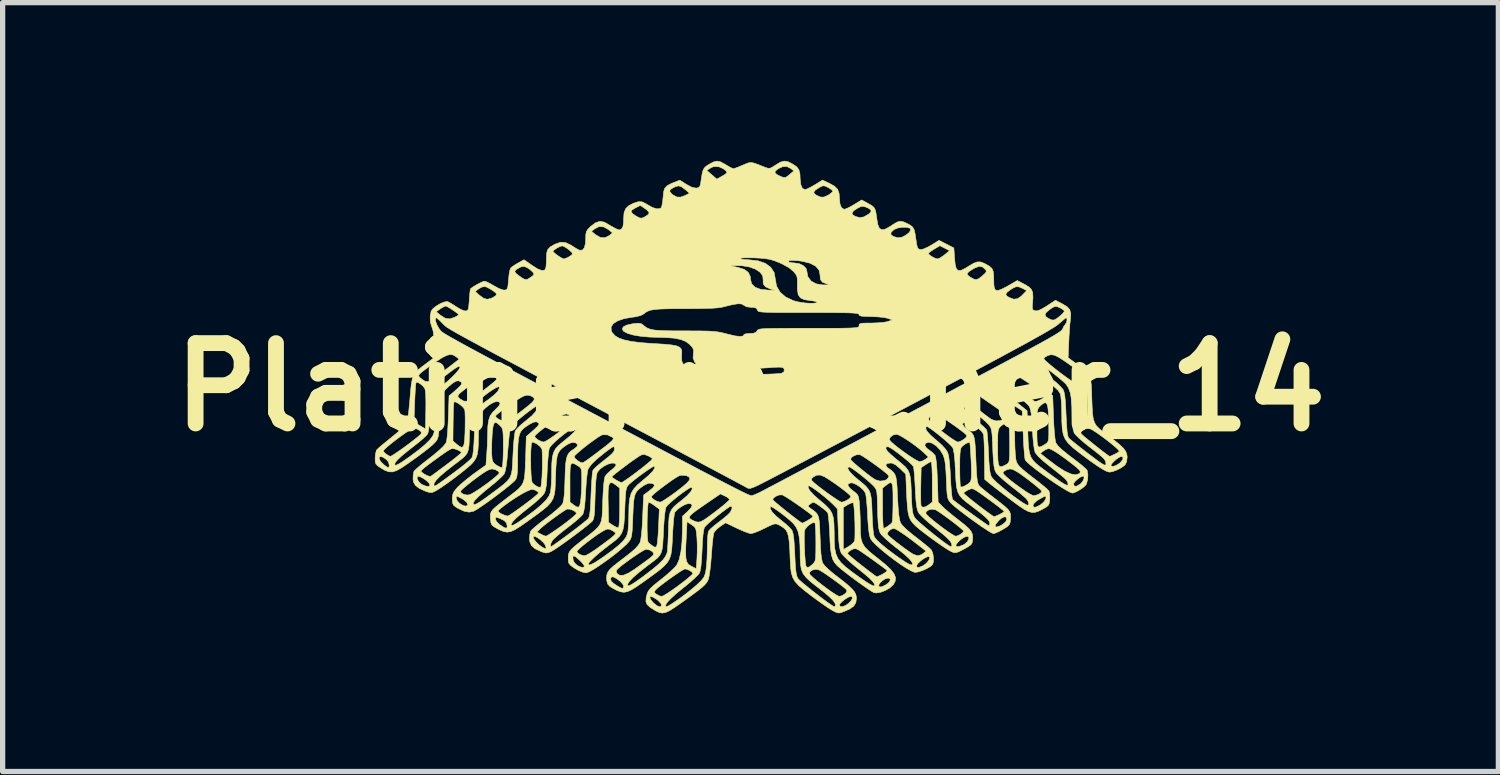
<source format=kicad_pcb>
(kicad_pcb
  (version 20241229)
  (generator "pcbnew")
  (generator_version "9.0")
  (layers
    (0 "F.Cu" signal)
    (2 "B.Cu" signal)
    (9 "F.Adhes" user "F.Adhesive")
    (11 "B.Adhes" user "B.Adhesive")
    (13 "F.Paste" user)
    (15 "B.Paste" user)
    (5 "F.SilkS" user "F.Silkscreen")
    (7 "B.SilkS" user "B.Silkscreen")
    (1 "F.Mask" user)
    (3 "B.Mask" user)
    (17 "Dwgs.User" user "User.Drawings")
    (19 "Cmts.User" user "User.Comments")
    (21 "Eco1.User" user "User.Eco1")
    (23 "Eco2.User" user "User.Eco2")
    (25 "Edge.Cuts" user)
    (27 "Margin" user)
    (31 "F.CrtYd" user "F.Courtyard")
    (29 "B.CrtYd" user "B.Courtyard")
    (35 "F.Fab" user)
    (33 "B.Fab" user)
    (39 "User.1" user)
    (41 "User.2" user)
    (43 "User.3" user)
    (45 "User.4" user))
  (footprint "Platinenmacher_14"
    (layer "F.Cu")
    (at 11.183 4.292)
    (property "Reference" "Platinenmacher_14" (at 0 0 0) (layer "F.SilkS") (effects (font (size 1.524 1.524) (thickness 0.3))))
    (attr through_hole)
    (fp_poly (pts (xy 0.72 -4.272) (xy 0.805 -4.228) (xy 0.876 -4.179) (xy 0.918 -4.123) (xy 0.938 -4.047) (xy 0.942 -3.949) (xy 0.953 -3.844) (xy 0.982 -3.775) (xy 1.026 -3.746) (xy 1.033 -3.746) (xy 1.072 -3.758) (xy 1.139 -3.791) (xy 1.218 -3.836) (xy 1.219 -3.836) (xy 1.366 -3.927) (xy 1.491 -3.868) (xy 1.592 -3.812) (xy 1.652 -3.753) (xy 1.68 -3.676) (xy 1.687 -3.59) (xy 1.697 -3.476) (xy 1.726 -3.403) (xy 1.772 -3.374) (xy 1.78 -3.373) (xy 1.822 -3.386) (xy 1.89 -3.419) (xy 1.965 -3.462) (xy 2.108 -3.55) (xy 2.232 -3.483) (xy 2.299 -3.444) (xy 2.341 -3.409) (xy 2.366 -3.363) (xy 2.382 -3.294) (xy 2.395 -3.2) (xy 2.415 -3.083) (xy 2.445 -3.012) (xy 2.491 -2.984) (xy 2.558 -2.997) (xy 2.651 -3.049) (xy 2.693 -3.077) (xy 2.774 -3.127) (xy 2.836 -3.146) (xy 2.9 -3.135) (xy 2.976 -3.101) (xy 3.038 -3.067) (xy 3.078 -3.032) (xy 3.104 -2.985) (xy 3.121 -2.914) (xy 3.137 -2.805) (xy 3.138 -2.803) (xy 3.152 -2.707) (xy 3.166 -2.651) (xy 3.185 -2.622) (xy 3.212 -2.61) (xy 3.221 -2.609) (xy 3.277 -2.618) (xy 3.359 -2.654) (xy 3.428 -2.692) (xy 3.576 -2.784) (xy 3.717 -2.712) (xy 3.857 -2.64) (xy 3.87 -2.455) (xy 3.882 -2.329) (xy 3.902 -2.25) (xy 3.936 -2.212) (xy 3.991 -2.214) (xy 4.071 -2.252) (xy 4.141 -2.295) (xy 4.234 -2.35) (xy 4.304 -2.375) (xy 4.365 -2.374) (xy 4.434 -2.348) (xy 4.447 -2.341) (xy 4.529 -2.295) (xy 4.579 -2.251) (xy 4.604 -2.194) (xy 4.613 -2.109) (xy 4.614 -2.046) (xy 4.616 -1.944) (xy 4.625 -1.876) (xy 4.649 -1.839) (xy 4.691 -1.832) (xy 4.759 -1.855) (xy 4.859 -1.906) (xy 4.979 -1.975) (xy 5.06 -2.022) (xy 5.197 -1.95) (xy 5.278 -1.902) (xy 5.328 -1.853) (xy 5.353 -1.79) (xy 5.357 -1.701) (xy 5.351 -1.61) (xy 5.345 -1.528) (xy 5.348 -1.482) (xy 5.365 -1.46) (xy 5.398 -1.448) (xy 5.444 -1.448) (xy 5.508 -1.473) (xy 5.597 -1.524) (xy 5.621 -1.54) (xy 5.785 -1.647) (xy 5.919 -1.577) (xy 6.006 -1.524) (xy 6.055 -1.469) (xy 6.074 -1.398) (xy 6.069 -1.297) (xy 6.066 -1.272) (xy 6.058 -1.199) (xy 6.05 -1.092) (xy 6.042 -0.965) (xy 6.037 -0.856) (xy 6.024 -0.558) (xy 6.181 -0.443) (xy 6.278 -0.371) (xy 6.35 -0.313) (xy 6.4 -0.26) (xy 6.433 -0.203) (xy 6.453 -0.132) (xy 6.464 -0.038) (xy 6.47 0.089) (xy 6.474 0.219) (xy 6.48 0.384) (xy 6.488 0.51) (xy 6.502 0.604) (xy 6.526 0.676) (xy 6.563 0.736) (xy 6.619 0.792) (xy 6.695 0.853) (xy 6.767 0.907) (xy 6.903 1.01) (xy 7.002 1.091) (xy 7.071 1.157) (xy 7.114 1.214) (xy 7.136 1.266) (xy 7.144 1.321) (xy 7.144 1.33) (xy 7.133 1.416) (xy 7.105 1.473) (xy 7.104 1.475) (xy 7.04 1.524) (xy 6.955 1.569) (xy 6.869 1.602) (xy 6.813 1.612) (xy 6.762 1.6) (xy 6.685 1.561) (xy 6.58 1.495) (xy 6.572 1.489) (xy 6.835 1.489) (xy 6.836 1.492) (xy 6.87 1.505) (xy 6.926 1.489) (xy 6.99 1.451) (xy 7.014 1.431) (xy 7.057 1.379) (xy 7.067 1.337) (xy 7.044 1.316) (xy 7.033 1.315) (xy 6.993 1.33) (xy 6.94 1.366) (xy 6.887 1.413) (xy 6.848 1.458) (xy 6.835 1.489) (xy 6.572 1.489) (xy 6.444 1.4) (xy 6.273 1.273) (xy 6.24 1.248) (xy 6.119 1.152) (xy 6.031 1.069) (xy 5.97 0.989) (xy 5.933 0.901) (xy 5.913 0.792) (xy 5.905 0.653) (xy 5.904 0.533) (xy 5.902 0.403) (xy 5.896 0.285) (xy 5.888 0.191) (xy 5.878 0.133) (xy 5.877 0.13) (xy 5.834 0.061) (xy 5.753 -0.013) (xy 5.722 -0.035) (xy 5.638 -0.09) (xy 5.582 -0.117) (xy 5.544 -0.118) (xy 5.514 -0.096) (xy 5.509 -0.09) (xy 5.501 -0.064) (xy 5.519 -0.03) (xy 5.57 0.021) (xy 5.606 0.053) (xy 5.732 0.162) (xy 5.747 0.571) (xy 5.754 0.726) (xy 5.764 0.862) (xy 5.775 0.97) (xy 5.787 1.041) (xy 5.792 1.057) (xy 5.83 1.112) (xy 5.909 1.188) (xy 6.029 1.286) (xy 6.097 1.337) (xy 6.198 1.414) (xy 6.285 1.483) (xy 6.349 1.539) (xy 6.382 1.573) (xy 6.385 1.578) (xy 6.399 1.657) (xy 6.395 1.749) (xy 6.374 1.83) (xy 6.361 1.855) (xy 6.318 1.897) (xy 6.252 1.943) (xy 6.18 1.984) (xy 6.122 2.007) (xy 6.107 2.009) (xy 6.063 1.995) (xy 5.989 1.955) (xy 5.891 1.895) (xy 5.777 1.822) (xy 5.657 1.739) (xy 5.536 1.653) (xy 5.424 1.57) (xy 5.328 1.494) (xy 5.255 1.431) (xy 5.215 1.388) (xy 5.21 1.379) (xy 5.202 1.338) (xy 5.194 1.256) (xy 5.185 1.144) (xy 5.177 1.009) (xy 5.172 0.888) (xy 5.153 0.449) (xy 5.052 0.382) (xy 4.983 0.346) (xy 4.904 0.318) (xy 4.828 0.301) (xy 4.769 0.298) (xy 4.739 0.312) (xy 4.738 0.318) (xy 4.757 0.346) (xy 4.805 0.389) (xy 4.848 0.421) (xy 4.906 0.466) (xy 4.948 0.515) (xy 4.977 0.577) (xy 4.996 0.66) (xy 5.007 0.772) (xy 5.011 0.922) (xy 5.012 1.005) (xy 5.015 1.138) (xy 5.022 1.259) (xy 5.031 1.355) (xy 5.043 1.414) (xy 5.065 1.458) (xy 5.107 1.509) (xy 5.174 1.571) (xy 5.272 1.651) (xy 5.355 1.715) (xy 5.459 1.795) (xy 5.548 1.867) (xy 5.617 1.925) (xy 5.655 1.963) (xy 5.661 1.97) (xy 5.673 2.017) (xy 5.677 2.092) (xy 5.675 2.127) (xy 5.668 2.196) (xy 5.651 2.239) (xy 5.611 2.274) (xy 5.544 2.312) (xy 5.466 2.352) (xy 5.401 2.374) (xy 5.338 2.377) (xy 5.271 2.359) (xy 5.191 2.317) (xy 5.089 2.249) (xy 5.089 2.249) (xy 5.358 2.249) (xy 5.375 2.278) (xy 5.422 2.273) (xy 5.498 2.233) (xy 5.509 2.225) (xy 5.565 2.176) (xy 5.599 2.123) (xy 5.602 2.112) (xy 5.605 2.076) (xy 5.591 2.068) (xy 5.549 2.086) (xy 5.527 2.097) (xy 5.429 2.156) (xy 5.372 2.211) (xy 5.358 2.249) (xy 5.089 2.249) (xy 4.957 2.152) (xy 4.946 2.143) (xy 4.829 2.055) (xy 4.719 1.971) (xy 4.625 1.898) (xy 4.556 1.844) (xy 4.535 1.827) (xy 4.441 1.749) (xy 4.438 1.352) (xy 4.436 1.212) (xy 4.432 1.085) (xy 4.427 0.982) (xy 4.422 0.913) (xy 4.418 0.893) (xy 4.384 0.838) (xy 4.318 0.778) (xy 4.237 0.723) (xy 4.154 0.684) (xy 4.09 0.67) (xy 4.034 0.68) (xy 4.023 0.709) (xy 4.056 0.755) (xy 4.129 0.815) (xy 4.17 0.845) (xy 4.201 0.874) (xy 4.225 0.909) (xy 4.241 0.956) (xy 4.254 1.024) (xy 4.262 1.117) (xy 4.27 1.245) (xy 4.277 1.413) (xy 4.279 1.463) (xy 4.286 1.612) (xy 4.295 1.719) (xy 4.305 1.793) (xy 4.318 1.84) (xy 4.336 1.869) (xy 4.336 1.869) (xy 4.372 1.903) (xy 4.438 1.958) (xy 4.524 2.027) (xy 4.614 2.096) (xy 4.734 2.189) (xy 4.821 2.259) (xy 4.879 2.313) (xy 4.913 2.358) (xy 4.929 2.401) (xy 4.933 2.45) (xy 4.931 2.496) (xy 4.925 2.563) (xy 4.909 2.607) (xy 4.873 2.644) (xy 4.807 2.686) (xy 4.788 2.697) (xy 4.71 2.74) (xy 4.643 2.769) (xy 4.608 2.778) (xy 4.572 2.764) (xy 4.506 2.724) (xy 4.416 2.665) (xy 4.377 2.639) (xy 4.639 2.639) (xy 4.663 2.653) (xy 4.722 2.637) (xy 4.781 2.605) (xy 4.839 2.556) (xy 4.862 2.507) (xy 4.862 2.506) (xy 4.847 2.464) (xy 4.808 2.461) (xy 4.75 2.493) (xy 4.711 2.528) (xy 4.654 2.596) (xy 4.639 2.639) (xy 4.377 2.639) (xy 4.311 2.593) (xy 4.198 2.512) (xy 4.084 2.429) (xy 3.979 2.348) (xy 3.889 2.277) (xy 3.823 2.22) (xy 3.796 2.193) (xy 3.769 2.16) (xy 3.751 2.128) (xy 3.738 2.085) (xy 3.729 2.024) (xy 3.722 1.936) (xy 3.717 1.81) (xy 3.715 1.756) (xy 3.707 1.599) (xy 3.698 1.482) (xy 3.686 1.394) (xy 3.668 1.327) (xy 3.652 1.284) (xy 3.598 1.194) (xy 3.527 1.118) (xy 3.45 1.065) (xy 3.38 1.045) (xy 3.369 1.046) (xy 3.317 1.068) (xy 3.307 1.106) (xy 3.338 1.155) (xy 3.385 1.19) (xy 3.449 1.238) (xy 3.496 1.288) (xy 3.503 1.298) (xy 3.514 1.344) (xy 3.526 1.431) (xy 3.536 1.554) (xy 3.543 1.703) (xy 3.546 1.766) (xy 3.559 2.18) (xy 3.634 2.258) (xy 3.683 2.305) (xy 3.761 2.372) (xy 3.857 2.45) (xy 3.95 2.523) (xy 4.062 2.611) (xy 4.139 2.68) (xy 4.186 2.738) (xy 4.209 2.794) (xy 4.215 2.855) (xy 4.212 2.905) (xy 4.204 2.952) (xy 4.181 2.988) (xy 4.134 3.023) (xy 4.054 3.069) (xy 4.046 3.073) (xy 3.964 3.115) (xy 3.91 3.137) (xy 3.871 3.141) (xy 3.831 3.129) (xy 3.798 3.114) (xy 3.739 3.08) (xy 3.651 3.022) (xy 3.545 2.949) (xy 3.431 2.867) (xy 3.32 2.785) (xy 3.223 2.71) (xy 3.149 2.648) (xy 3.134 2.635) (xy 3.079 2.579) (xy 3.038 2.524) (xy 3.009 2.46) (xy 2.989 2.377) (xy 2.976 2.268) (xy 2.966 2.123) (xy 2.961 2.03) (xy 2.945 1.65) (xy 2.836 1.544) (xy 2.754 1.475) (xy 2.687 1.442) (xy 2.655 1.439) (xy 2.589 1.449) (xy 2.566 1.477) (xy 2.587 1.516) (xy 2.608 1.533) (xy 2.666 1.574) (xy 2.708 1.612) (xy 2.738 1.653) (xy 2.758 1.707) (xy 2.771 1.783) (xy 2.78 1.889) (xy 2.787 2.033) (xy 2.789 2.085) (xy 2.8 2.277) (xy 2.813 2.421) (xy 2.829 2.521) (xy 2.845 2.573) (xy 2.885 2.627) (xy 2.961 2.702) (xy 3.069 2.793) (xy 3.134 2.843) (xy 3.234 2.921) (xy 3.322 2.992) (xy 3.39 3.049) (xy 3.428 3.085) (xy 3.429 3.086) (xy 3.456 3.145) (xy 3.471 3.228) (xy 3.47 3.31) (xy 3.453 3.365) (xy 3.411 3.403) (xy 3.339 3.444) (xy 3.255 3.481) (xy 3.175 3.506) (xy 3.117 3.513) (xy 3.112 3.512) (xy 3.044 3.483) (xy 2.949 3.429) (xy 2.885 3.387) (xy 3.15 3.387) (xy 3.162 3.418) (xy 3.203 3.417) (xy 3.275 3.386) (xy 3.328 3.348) (xy 3.37 3.301) (xy 3.395 3.257) (xy 3.398 3.223) (xy 3.375 3.212) (xy 3.355 3.217) (xy 3.293 3.248) (xy 3.229 3.293) (xy 3.177 3.342) (xy 3.151 3.382) (xy 3.15 3.387) (xy 2.885 3.387) (xy 2.838 3.356) (xy 2.717 3.269) (xy 2.595 3.176) (xy 2.482 3.083) (xy 2.385 2.997) (xy 2.313 2.925) (xy 2.276 2.873) (xy 2.255 2.802) (xy 2.239 2.686) (xy 2.226 2.522) (xy 2.221 2.431) (xy 2.214 2.297) (xy 2.204 2.177) (xy 2.194 2.081) (xy 2.184 2.02) (xy 2.18 2.009) (xy 2.141 1.951) (xy 2.077 1.893) (xy 2.002 1.844) (xy 1.934 1.817) (xy 1.906 1.815) (xy 1.854 1.834) (xy 1.85 1.87) (xy 1.891 1.922) (xy 1.942 1.964) (xy 1.999 2.008) (xy 2.033 2.046) (xy 2.051 2.092) (xy 2.062 2.163) (xy 2.068 2.23) (xy 2.075 2.344) (xy 2.081 2.482) (xy 2.083 2.618) (xy 2.084 2.646) (xy 2.086 2.776) (xy 2.097 2.876) (xy 2.122 2.957) (xy 2.166 3.029) (xy 2.237 3.103) (xy 2.339 3.188) (xy 2.417 3.249) (xy 2.559 3.364) (xy 2.66 3.459) (xy 2.723 3.54) (xy 2.751 3.611) (xy 2.746 3.677) (xy 2.712 3.742) (xy 2.705 3.751) (xy 2.642 3.808) (xy 2.557 3.857) (xy 2.466 3.891) (xy 2.385 3.904) (xy 2.34 3.897) (xy 2.293 3.87) (xy 2.216 3.819) (xy 2.119 3.751) (xy 2.01 3.673) (xy 1.9 3.591) (xy 1.798 3.513) (xy 1.713 3.445) (xy 1.707 3.44) (xy 1.642 3.383) (xy 1.594 3.327) (xy 1.56 3.265) (xy 1.536 3.186) (xy 1.521 3.083) (xy 1.51 2.947) (xy 1.504 2.808) (xy 1.497 2.672) (xy 1.488 2.552) (xy 1.478 2.457) (xy 1.469 2.396) (xy 1.464 2.383) (xy 1.434 2.349) (xy 1.378 2.302) (xy 1.311 2.252) (xy 1.247 2.209) (xy 1.201 2.185) (xy 1.191 2.183) (xy 1.162 2.197) (xy 1.127 2.221) (xy 1.096 2.249) (xy 1.101 2.271) (xy 1.141 2.301) (xy 1.2 2.343) (xy 1.243 2.379) (xy 1.273 2.42) (xy 1.293 2.473) (xy 1.305 2.546) (xy 1.313 2.649) (xy 1.318 2.79) (xy 1.321 2.856) (xy 1.328 3.031) (xy 1.337 3.162) (xy 1.349 3.256) (xy 1.363 3.318) (xy 1.372 3.34) (xy 1.408 3.387) (xy 1.474 3.452) (xy 1.558 3.525) (xy 1.617 3.571) (xy 1.754 3.677) (xy 1.855 3.76) (xy 1.926 3.826) (xy 1.971 3.88) (xy 1.997 3.929) (xy 2.008 3.978) (xy 2.009 4.009) (xy 1.998 4.09) (xy 1.958 4.153) (xy 1.883 4.207) (xy 1.774 4.255) (xy 1.71 4.278) (xy 1.664 4.283) (xy 1.617 4.268) (xy 1.546 4.231) (xy 1.546 4.231) (xy 1.482 4.191) (xy 1.389 4.128) (xy 1.281 4.051) (xy 1.167 3.967) (xy 1.143 3.949) (xy 1.011 3.846) (xy 0.913 3.762) (xy 0.845 3.686) (xy 0.801 3.609) (xy 0.774 3.521) (xy 0.76 3.411) (xy 0.753 3.271) (xy 0.752 3.254) (xy 0.745 3.076) (xy 0.736 2.94) (xy 0.722 2.838) (xy 0.702 2.764) (xy 0.672 2.71) (xy 0.63 2.669) (xy 0.573 2.632) (xy 0.538 2.613) (xy 0.502 2.597) (xy 0.467 2.593) (xy 0.423 2.604) (xy 0.356 2.633) (xy 0.267 2.677) (xy 0.171 2.723) (xy 0.086 2.757) (xy 0.025 2.776) (xy 0.011 2.778) (xy -0.035 2.768) (xy -0.113 2.74) (xy -0.208 2.699) (xy -0.258 2.676) (xy -0.472 2.573) (xy -0.572 2.64) (xy -0.637 2.692) (xy -0.684 2.746) (xy -0.694 2.765) (xy -0.704 2.81) (xy -0.715 2.894) (xy -0.727 3.007) (xy -0.737 3.138) (xy -0.741 3.195) (xy -0.753 3.338) (xy -0.767 3.467) (xy -0.782 3.571) (xy -0.797 3.64) (xy -0.802 3.651) (xy -0.819 3.688) (xy -0.844 3.723) (xy -0.88 3.762) (xy -0.934 3.81) (xy -1.012 3.871) (xy -1.117 3.949) (xy -1.256 4.05) (xy -1.311 4.089) (xy -1.438 4.178) (xy -1.534 4.239) (xy -1.609 4.274) (xy -1.671 4.285) (xy -1.728 4.275) (xy -1.789 4.247) (xy -1.813 4.233) (xy -1.907 4.173) (xy -1.962 4.121) (xy -1.983 4.066) (xy -1.978 3.993) (xy -1.977 3.988) (xy -1.91 3.988) (xy -1.889 4.035) (xy -1.837 4.095) (xy -1.775 4.145) (xy -1.724 4.166) (xy -1.692 4.154) (xy -1.691 4.148) (xy -1.612 4.148) (xy -1.602 4.162) (xy -1.567 4.153) (xy -1.505 4.118) (xy -1.411 4.055) (xy -1.33 3.999) (xy -1.224 3.92) (xy -1.115 3.833) (xy -1.023 3.755) (xy -0.999 3.733) (xy -0.928 3.663) (xy -0.885 3.608) (xy -0.861 3.549) (xy -0.844 3.47) (xy -0.843 3.46) (xy -0.832 3.37) (xy -0.824 3.249) (xy -0.82 3.117) (xy -0.819 3.043) (xy -0.816 2.929) (xy -0.811 2.829) (xy -0.802 2.758) (xy -0.794 2.73) (xy -0.764 2.695) (xy -0.704 2.641) (xy -0.626 2.578) (xy -0.595 2.555) (xy -0.511 2.49) (xy -0.439 2.429) (xy -0.392 2.383) (xy -0.384 2.373) (xy -0.354 2.315) (xy -0.353 2.304) (xy 0.374 2.304) (xy 0.407 2.362) (xy 0.475 2.435) (xy 0.572 2.518) (xy 0.588 2.53) (xy 0.67 2.597) (xy 0.74 2.662) (xy 0.785 2.714) (xy 0.791 2.724) (xy 0.809 2.784) (xy 0.824 2.893) (xy 0.835 3.05) (xy 0.841 3.176) (xy 0.848 3.333) (xy 0.856 3.449) (xy 0.867 3.531) (xy 0.88 3.587) (xy 0.897 3.625) (xy 0.899 3.628) (xy 0.929 3.66) (xy 0.99 3.713) (xy 1.073 3.782) (xy 1.17 3.86) (xy 1.273 3.94) (xy 1.373 4.017) (xy 1.464 4.084) (xy 1.537 4.134) (xy 1.583 4.163) (xy 1.594 4.167) (xy 1.61 4.147) (xy 1.612 4.131) (xy 1.612 4.131) (xy 1.687 4.131) (xy 1.704 4.162) (xy 1.749 4.163) (xy 1.811 4.137) (xy 1.858 4.103) (xy 1.911 4.048) (xy 1.934 4.002) (xy 1.924 3.974) (xy 1.903 3.969) (xy 1.858 3.983) (xy 1.798 4.019) (xy 1.739 4.065) (xy 1.697 4.108) (xy 1.687 4.131) (xy 1.612 4.131) (xy 1.599 4.089) (xy 1.556 4.033) (xy 1.479 3.96) (xy 1.367 3.867) (xy 1.265 3.788) (xy 1.143 3.693) (xy 1.057 3.613) (xy 0.999 3.539) (xy 0.997 3.534) (xy 1.116 3.534) (xy 1.135 3.562) (xy 1.187 3.612) (xy 1.261 3.675) (xy 1.35 3.745) (xy 1.444 3.816) (xy 1.534 3.881) (xy 1.612 3.932) (xy 1.668 3.963) (xy 1.688 3.969) (xy 1.738 3.954) (xy 1.789 3.922) (xy 1.826 3.884) (xy 1.827 3.854) (xy 1.814 3.836) (xy 1.777 3.802) (xy 1.711 3.75) (xy 1.624 3.685) (xy 1.53 3.617) (xy 1.438 3.553) (xy 1.359 3.501) (xy 1.304 3.469) (xy 1.299 3.466) (xy 1.236 3.455) (xy 1.172 3.47) (xy 1.127 3.503) (xy 1.116 3.534) (xy 0.997 3.534) (xy 0.965 3.457) (xy 0.948 3.357) (xy 0.942 3.227) (xy 0.942 3.163) (xy 0.938 2.985) (xy 0.926 2.851) (xy 1.02 2.851) (xy 1.021 2.957) (xy 1.025 3.073) (xy 1.03 3.187) (xy 1.038 3.287) (xy 1.046 3.362) (xy 1.054 3.399) (xy 1.054 3.399) (xy 1.08 3.421) (xy 1.117 3.409) (xy 1.175 3.362) (xy 1.2 3.337) (xy 1.218 3.311) (xy 1.23 3.276) (xy 1.236 3.222) (xy 1.239 3.141) (xy 1.24 3.023) (xy 1.24 2.942) (xy 1.239 2.814) (xy 1.235 2.704) (xy 1.23 2.621) (xy 1.223 2.576) (xy 1.22 2.57) (xy 1.181 2.572) (xy 1.128 2.601) (xy 1.074 2.647) (xy 1.035 2.698) (xy 1.026 2.719) (xy 1.021 2.768) (xy 1.02 2.851) (xy 0.926 2.851) (xy 0.926 2.847) (xy 0.903 2.742) (xy 0.868 2.66) (xy 0.819 2.593) (xy 0.811 2.584) (xy 0.751 2.528) (xy 0.675 2.464) (xy 0.592 2.399) (xy 0.511 2.34) (xy 0.443 2.294) (xy 0.395 2.268) (xy 0.379 2.266) (xy 0.374 2.304) (xy -0.353 2.304) (xy -0.35 2.272) (xy -0.37 2.257) (xy -0.402 2.272) (xy -0.461 2.313) (xy -0.539 2.371) (xy -0.626 2.439) (xy -0.713 2.51) (xy -0.789 2.575) (xy -0.846 2.629) (xy -0.873 2.66) (xy -0.887 2.71) (xy -0.9 2.802) (xy -0.91 2.93) (xy -0.918 3.088) (xy -0.918 3.088) (xy -0.927 3.266) (xy -0.939 3.398) (xy -0.954 3.486) (xy -0.968 3.527) (xy -1.001 3.567) (xy -1.065 3.629) (xy -1.15 3.705) (xy -1.248 3.786) (xy -1.256 3.791) (xy -1.406 3.914) (xy -1.515 4.013) (xy -1.583 4.087) (xy -1.611 4.139) (xy -1.612 4.148) (xy -1.691 4.148) (xy -1.687 4.131) (xy -1.705 4.095) (xy -1.751 4.047) (xy -1.77 4.032) (xy -1.847 3.983) (xy -1.895 3.97) (xy -1.91 3.988) (xy -1.977 3.988) (xy -1.96 3.919) (xy -1.942 3.877) (xy -1.823 3.877) (xy -1.816 3.903) (xy -1.782 3.929) (xy -1.725 3.959) (xy -1.684 3.969) (xy -1.649 3.955) (xy -1.584 3.916) (xy -1.496 3.858) (xy -1.395 3.786) (xy -1.367 3.765) (xy -1.267 3.69) (xy -1.183 3.622) (xy -1.122 3.57) (xy -1.093 3.538) (xy -1.091 3.534) (xy -1.112 3.505) (xy -1.16 3.474) (xy -1.216 3.452) (xy -1.245 3.448) (xy -1.275 3.462) (xy -1.336 3.499) (xy -1.417 3.554) (xy -1.509 3.618) (xy -1.602 3.685) (xy -1.686 3.749) (xy -1.753 3.802) (xy -1.793 3.839) (xy -1.794 3.839) (xy -1.823 3.877) (xy -1.942 3.877) (xy -1.94 3.873) (xy -1.903 3.824) (xy -1.841 3.764) (xy -1.747 3.687) (xy -1.696 3.647) (xy -1.596 3.566) (xy -1.506 3.486) (xy -1.436 3.418) (xy -1.398 3.373) (xy -1.353 3.273) (xy -1.327 3.156) (xy -1.229 3.156) (xy -1.224 3.244) (xy -1.211 3.305) (xy -1.188 3.347) (xy -1.154 3.377) (xy -1.119 3.397) (xy -1.029 3.443) (xy -1.015 3.253) (xy -1.01 3.127) (xy -1.01 2.984) (xy -1.015 2.866) (xy -1.023 2.767) (xy -1.034 2.704) (xy -1.052 2.664) (xy -1.083 2.633) (xy -1.116 2.61) (xy -1.203 2.551) (xy -1.219 2.869) (xy -1.227 3.034) (xy -1.229 3.156) (xy -1.327 3.156) (xy -1.32 3.127) (xy -1.299 2.938) (xy -1.291 2.709) (xy -1.291 2.681) (xy -1.29 2.48) (xy -1.158 2.48) (xy -1.137 2.504) (xy -1.095 2.527) (xy -1.057 2.543) (xy -1.018 2.557) (xy -0.981 2.56) (xy -0.938 2.548) (xy -0.882 2.519) (xy -0.807 2.467) (xy -0.704 2.391) (xy -0.614 2.322) (xy -0.526 2.252) (xy -0.456 2.192) (xy -0.41 2.149) (xy -0.398 2.133) (xy 0.422 2.133) (xy 0.44 2.153) (xy 0.489 2.197) (xy 0.561 2.257) (xy 0.647 2.327) (xy 0.738 2.399) (xy 0.826 2.468) (xy 0.901 2.525) (xy 0.957 2.565) (xy 0.984 2.58) (xy 0.984 2.58) (xy 1.01 2.568) (xy 1.064 2.54) (xy 1.092 2.524) (xy 1.15 2.487) (xy 1.182 2.458) (xy 1.184 2.45) (xy 1.161 2.427) (xy 1.106 2.382) (xy 1.027 2.324) (xy 0.935 2.258) (xy 0.839 2.192) (xy 0.748 2.13) (xy 0.67 2.081) (xy 0.617 2.05) (xy 0.601 2.044) (xy 0.547 2.045) (xy 0.486 2.068) (xy 0.438 2.102) (xy 0.422 2.133) (xy -0.398 2.133) (xy -0.397 2.131) (xy -0.417 2.106) (xy -0.467 2.074) (xy -0.484 2.066) (xy -0.57 2.025) (xy -0.812 2.19) (xy -0.951 2.286) (xy -1.052 2.358) (xy -1.118 2.411) (xy -1.152 2.45) (xy -1.158 2.48) (xy -1.29 2.48) (xy -1.29 2.448) (xy -1.188 2.354) (xy -1.125 2.286) (xy -1.106 2.238) (xy -1.131 2.213) (xy -1.174 2.208) (xy -1.234 2.224) (xy -1.309 2.264) (xy -1.381 2.316) (xy -1.431 2.368) (xy -1.436 2.377) (xy -1.445 2.416) (xy -1.455 2.495) (xy -1.465 2.604) (xy -1.474 2.734) (xy -1.478 2.809) (xy -1.485 2.961) (xy -1.494 3.081) (xy -1.509 3.177) (xy -1.536 3.257) (xy -1.578 3.328) (xy -1.641 3.397) (xy -1.729 3.473) (xy -1.847 3.561) (xy -1.999 3.671) (xy -2.031 3.694) (xy -2.159 3.783) (xy -2.257 3.844) (xy -2.334 3.879) (xy -2.401 3.891) (xy -2.466 3.881) (xy -2.538 3.853) (xy -2.577 3.833) (xy -2.661 3.785) (xy -2.707 3.736) (xy -2.726 3.672) (xy -2.729 3.618) (xy -2.728 3.615) (xy -2.65 3.615) (xy -2.649 3.658) (xy -2.635 3.687) (xy -2.604 3.716) (xy -2.548 3.755) (xy -2.487 3.792) (xy -2.439 3.816) (xy -2.425 3.82) (xy -2.409 3.799) (xy -2.406 3.771) (xy -2.417 3.747) (xy -2.332 3.747) (xy -2.324 3.766) (xy -2.297 3.764) (xy -2.248 3.739) (xy -2.17 3.689) (xy -2.061 3.61) (xy -2.007 3.57) (xy -1.856 3.454) (xy -1.743 3.359) (xy -1.663 3.28) (xy -1.612 3.211) (xy -1.584 3.149) (xy -1.577 3.12) (xy -1.572 3.064) (xy -1.566 2.971) (xy -1.561 2.854) (xy -1.556 2.725) (xy -1.556 2.716) (xy -1.551 2.569) (xy -1.543 2.461) (xy -1.525 2.381) (xy -1.493 2.317) (xy -1.442 2.259) (xy -1.367 2.195) (xy -1.304 2.146) (xy -1.205 2.062) (xy -1.138 1.99) (xy -1.105 1.935) (xy -1.111 1.901) (xy -1.114 1.899) (xy -1.143 1.907) (xy -1.199 1.941) (xy -1.274 1.993) (xy -1.358 2.056) (xy -1.443 2.124) (xy -1.518 2.188) (xy -1.574 2.242) (xy -1.603 2.278) (xy -1.614 2.324) (xy -1.626 2.408) (xy -1.637 2.519) (xy -1.646 2.646) (xy -1.648 2.675) (xy -1.655 2.842) (xy -1.663 2.968) (xy -1.673 3.062) (xy -1.691 3.132) (xy -1.719 3.188) (xy -1.761 3.237) (xy -1.822 3.288) (xy -1.904 3.35) (xy -1.95 3.384) (xy -2.105 3.505) (xy -2.221 3.605) (xy -2.296 3.682) (xy -2.33 3.736) (xy -2.332 3.747) (xy -2.417 3.747) (xy -2.426 3.73) (xy -2.474 3.68) (xy -2.536 3.633) (xy -2.595 3.602) (xy -2.623 3.597) (xy -2.65 3.615) (xy -2.728 3.615) (xy -2.724 3.559) (xy -2.706 3.512) (xy -2.543 3.512) (xy -2.529 3.536) (xy -2.478 3.569) (xy -2.406 3.566) (xy -2.31 3.525) (xy -2.187 3.447) (xy -2.179 3.441) (xy -2.053 3.35) (xy -1.963 3.284) (xy -1.901 3.237) (xy -1.863 3.205) (xy -1.843 3.183) (xy -1.836 3.167) (xy -1.836 3.159) (xy -1.857 3.121) (xy -1.91 3.09) (xy -1.976 3.076) (xy -1.981 3.076) (xy -2.016 3.09) (xy -2.081 3.128) (xy -2.165 3.183) (xy -2.259 3.247) (xy -2.353 3.315) (xy -2.438 3.379) (xy -2.503 3.433) (xy -2.54 3.469) (xy -2.542 3.472) (xy -2.543 3.512) (xy -2.706 3.512) (xy -2.705 3.508) (xy -2.666 3.455) (xy -2.599 3.394) (xy -2.499 3.315) (xy -2.474 3.296) (xy -2.342 3.195) (xy -2.244 3.116) (xy -2.175 3.054) (xy -2.129 3.001) (xy -2.098 2.954) (xy -2.096 2.951) (xy -2.081 2.898) (xy -2.068 2.799) (xy -2.055 2.66) (xy -2.051 2.587) (xy -1.96 2.587) (xy -1.96 2.703) (xy -1.957 2.807) (xy -1.951 2.887) (xy -1.943 2.935) (xy -1.941 2.941) (xy -1.908 2.973) (xy -1.861 3.009) (xy -1.816 3.035) (xy -1.792 3.032) (xy -1.778 3.012) (xy -1.769 2.974) (xy -1.76 2.896) (xy -1.751 2.791) (xy -1.744 2.667) (xy -1.743 2.644) (xy -1.729 2.315) (xy -1.816 2.249) (xy -1.875 2.208) (xy -1.921 2.185) (xy -1.931 2.183) (xy -1.941 2.206) (xy -1.948 2.268) (xy -1.954 2.359) (xy -1.958 2.469) (xy -1.96 2.587) (xy -2.051 2.587) (xy -2.045 2.483) (xy -2.045 2.467) (xy -2.028 2.076) (xy -1.879 2.076) (xy -1.866 2.105) (xy -1.822 2.14) (xy -1.765 2.169) (xy -1.711 2.182) (xy -1.678 2.168) (xy -1.615 2.129) (xy -1.529 2.071) (xy -1.429 1.999) (xy -1.406 1.982) (xy -1.286 1.889) (xy -1.205 1.819) (xy -1.161 1.767) (xy -1.15 1.728) (xy -1.171 1.7) (xy -1.22 1.677) (xy -1.311 1.67) (xy -1.356 1.683) (xy -1.406 1.711) (xy -1.479 1.759) (xy -1.567 1.821) (xy -1.659 1.889) (xy -1.746 1.955) (xy -1.818 2.014) (xy -1.865 2.058) (xy -1.879 2.076) (xy -2.028 2.076) (xy -2.026 2.046) (xy -1.927 1.972) (xy -1.853 1.912) (xy -1.822 1.87) (xy -1.831 1.842) (xy -1.875 1.825) (xy -1.933 1.823) (xy -1.999 1.851) (xy -2.04 1.877) (xy -2.102 1.922) (xy -2.148 1.966) (xy -2.18 2.015) (xy -2.202 2.08) (xy -2.215 2.169) (xy -2.224 2.29) (xy -2.231 2.451) (xy -2.231 2.457) (xy -2.237 2.608) (xy -2.243 2.719) (xy -2.252 2.797) (xy -2.263 2.85) (xy -2.278 2.889) (xy -2.297 2.919) (xy -2.35 2.979) (xy -2.432 3.054) (xy -2.534 3.14) (xy -2.648 3.229) (xy -2.766 3.315) (xy -2.88 3.394) (xy -2.981 3.459) (xy -3.062 3.503) (xy -3.115 3.522) (xy -3.119 3.522) (xy -3.184 3.509) (xy -3.265 3.475) (xy -3.346 3.429) (xy -3.412 3.38) (xy -3.447 3.337) (xy -3.447 3.337) (xy -3.456 3.279) (xy -3.455 3.22) (xy -3.37 3.22) (xy -3.363 3.274) (xy -3.352 3.308) (xy -3.32 3.352) (xy -3.271 3.389) (xy -3.217 3.413) (xy -3.173 3.419) (xy -3.151 3.401) (xy -3.15 3.395) (xy -3.167 3.362) (xy -3.176 3.352) (xy -3.076 3.352) (xy -3.064 3.372) (xy -3.026 3.365) (xy -2.958 3.331) (xy -2.858 3.267) (xy -2.775 3.21) (xy -2.618 3.095) (xy -2.499 2.999) (xy -2.415 2.918) (xy -2.361 2.846) (xy -2.332 2.78) (xy -2.331 2.779) (xy -2.322 2.719) (xy -2.314 2.624) (xy -2.309 2.506) (xy -2.307 2.395) (xy -2.304 2.234) (xy -2.29 2.11) (xy -2.262 2.013) (xy -2.215 1.932) (xy -2.143 1.853) (xy -2.041 1.767) (xy -2.035 1.762) (xy -1.927 1.671) (xy -1.853 1.594) (xy -1.815 1.535) (xy -1.817 1.498) (xy -1.818 1.498) (xy -1.842 1.505) (xy -1.896 1.537) (xy -1.971 1.587) (xy -2.056 1.648) (xy -2.144 1.713) (xy -2.224 1.776) (xy -2.288 1.83) (xy -2.321 1.862) (xy -2.339 1.888) (xy -2.353 1.924) (xy -2.364 1.979) (xy -2.371 2.06) (xy -2.378 2.175) (xy -2.383 2.303) (xy -2.39 2.472) (xy -2.4 2.6) (xy -2.417 2.697) (xy -2.445 2.772) (xy -2.487 2.834) (xy -2.547 2.893) (xy -2.629 2.957) (xy -2.659 2.979) (xy -2.767 3.062) (xy -2.869 3.145) (xy -2.958 3.222) (xy -3.026 3.288) (xy -3.067 3.334) (xy -3.076 3.352) (xy -3.176 3.352) (xy -3.21 3.313) (xy -3.264 3.261) (xy -3.315 3.218) (xy -3.349 3.2) (xy -3.35 3.2) (xy -3.37 3.22) (xy -3.455 3.22) (xy -3.455 3.203) (xy -3.454 3.193) (xy -3.446 3.151) (xy -3.428 3.115) (xy -3.292 3.115) (xy -3.278 3.144) (xy -3.234 3.174) (xy -3.176 3.194) (xy -3.147 3.198) (xy -3.109 3.185) (xy -3.044 3.149) (xy -2.961 3.095) (xy -2.917 3.065) (xy -2.769 2.956) (xy -2.66 2.874) (xy -2.59 2.815) (xy -2.558 2.78) (xy -2.555 2.773) (xy -2.575 2.75) (xy -2.623 2.719) (xy -2.631 2.715) (xy -2.676 2.695) (xy -2.713 2.691) (xy -2.758 2.708) (xy -2.826 2.747) (xy -2.837 2.754) (xy -2.917 2.806) (xy -3.007 2.871) (xy -3.099 2.941) (xy -3.183 3.008) (xy -3.248 3.066) (xy -3.286 3.106) (xy -3.292 3.115) (xy -3.428 3.115) (xy -3.428 3.114) (xy -3.393 3.072) (xy -3.336 3.02) (xy -3.249 2.95) (xy -3.191 2.904) (xy -3.063 2.806) (xy -2.968 2.729) (xy -2.901 2.666) (xy -2.856 2.606) (xy -2.829 2.539) (xy -2.815 2.457) (xy -2.808 2.349) (xy -2.803 2.206) (xy -2.802 2.162) (xy -2.798 2.076) (xy -2.701 2.076) (xy -2.698 2.244) (xy -2.691 2.565) (xy -2.608 2.622) (xy -2.55 2.654) (xy -2.509 2.666) (xy -2.502 2.665) (xy -2.495 2.636) (xy -2.488 2.568) (xy -2.483 2.467) (xy -2.481 2.344) (xy -2.48 2.282) (xy -2.48 1.914) (xy -2.546 1.862) (xy -2.6 1.824) (xy -2.641 1.81) (xy -2.67 1.823) (xy -2.688 1.869) (xy -2.698 1.952) (xy -2.701 2.076) (xy -2.798 2.076) (xy -2.794 1.99) (xy -2.784 1.851) (xy -2.772 1.752) (xy -2.76 1.701) (xy -2.629 1.701) (xy -2.61 1.721) (xy -2.564 1.752) (xy -2.508 1.784) (xy -2.461 1.806) (xy -2.445 1.811) (xy -2.418 1.796) (xy -2.359 1.757) (xy -2.276 1.699) (xy -2.178 1.626) (xy -2.141 1.598) (xy -2.04 1.52) (xy -1.956 1.451) (xy -1.894 1.398) (xy -1.863 1.366) (xy -1.86 1.361) (xy -1.881 1.337) (xy -1.932 1.307) (xy -1.95 1.3) (xy -2.006 1.279) (xy -2.048 1.278) (xy -2.096 1.3) (xy -2.142 1.33) (xy -2.211 1.377) (xy -2.295 1.437) (xy -2.385 1.504) (xy -2.472 1.57) (xy -2.548 1.629) (xy -2.603 1.674) (xy -2.629 1.699) (xy -2.629 1.701) (xy -2.76 1.701) (xy -2.759 1.696) (xy -2.757 1.692) (xy -2.718 1.643) (xy -2.656 1.586) (xy -2.632 1.568) (xy -2.579 1.522) (xy -2.55 1.482) (xy -2.549 1.469) (xy -2.58 1.442) (xy -2.638 1.442) (xy -2.711 1.464) (xy -2.787 1.504) (xy -2.856 1.556) (xy -2.905 1.616) (xy -2.907 1.619) (xy -2.92 1.669) (xy -2.931 1.764) (xy -2.94 1.899) (xy -2.947 2.071) (xy -2.947 2.084) (xy -2.952 2.242) (xy -2.957 2.358) (xy -2.965 2.44) (xy -2.975 2.494) (xy -2.989 2.527) (xy -2.998 2.539) (xy -3.039 2.578) (xy -3.112 2.637) (xy -3.208 2.712) (xy -3.318 2.796) (xy -3.434 2.882) (xy -3.547 2.963) (xy -3.647 3.033) (xy -3.727 3.086) (xy -3.775 3.114) (xy -3.835 3.14) (xy -3.882 3.145) (xy -3.939 3.13) (xy -3.976 3.116) (xy -4.087 3.064) (xy -4.155 3.003) (xy -4.187 2.928) (xy -4.192 2.875) (xy -4.189 2.842) (xy -4.121 2.842) (xy -4.109 2.878) (xy -4.074 2.928) (xy -4.022 2.981) (xy -3.961 3.029) (xy -3.932 3.046) (xy -3.887 3.065) (xy -3.875 3.051) (xy -3.888 3.007) (xy -3.795 3.007) (xy -3.783 3.026) (xy -3.782 3.026) (xy -3.759 3.012) (xy -3.702 2.973) (xy -3.62 2.914) (xy -3.519 2.841) (xy -3.441 2.783) (xy -3.328 2.698) (xy -3.227 2.62) (xy -3.146 2.555) (xy -3.092 2.51) (xy -3.076 2.494) (xy -3.06 2.462) (xy -3.048 2.406) (xy -3.038 2.318) (xy -3.03 2.193) (xy -3.024 2.036) (xy -3.017 1.896) (xy -3.01 1.77) (xy -3.002 1.669) (xy -2.994 1.602) (xy -2.989 1.58) (xy -2.962 1.546) (xy -2.905 1.492) (xy -2.826 1.427) (xy -2.775 1.387) (xy -2.68 1.311) (xy -2.619 1.255) (xy -2.588 1.212) (xy -2.58 1.176) (xy -2.581 1.144) (xy -2.591 1.13) (xy -2.615 1.136) (xy -2.661 1.166) (xy -2.737 1.222) (xy -2.778 1.254) (xy -2.916 1.366) (xy -3.013 1.46) (xy -3.071 1.539) (xy -3.082 1.563) (xy -3.092 1.609) (xy -3.103 1.694) (xy -3.114 1.808) (xy -3.123 1.939) (xy -3.126 1.991) (xy -3.136 2.152) (xy -3.147 2.271) (xy -3.161 2.353) (xy -3.177 2.405) (xy -3.185 2.418) (xy -3.22 2.456) (xy -3.285 2.516) (xy -3.372 2.588) (xy -3.471 2.665) (xy -3.57 2.742) (xy -3.656 2.813) (xy -3.722 2.871) (xy -3.756 2.907) (xy -3.756 2.907) (xy -3.785 2.962) (xy -3.795 3.007) (xy -3.888 3.007) (xy -3.89 3) (xy -3.892 2.996) (xy -3.924 2.95) (xy -3.979 2.898) (xy -4.041 2.853) (xy -4.093 2.829) (xy -4.102 2.828) (xy -4.121 2.842) (xy -4.189 2.842) (xy -4.186 2.799) (xy -4.174 2.749) (xy -4.048 2.749) (xy -3.977 2.787) (xy -3.92 2.815) (xy -3.88 2.827) (xy -3.879 2.827) (xy -3.85 2.813) (xy -3.789 2.775) (xy -3.705 2.718) (xy -3.605 2.648) (xy -3.575 2.626) (xy -3.475 2.551) (xy -3.391 2.484) (xy -3.33 2.431) (xy -3.301 2.398) (xy -3.299 2.394) (xy -3.32 2.363) (xy -3.371 2.334) (xy -3.43 2.314) (xy -3.479 2.313) (xy -3.481 2.314) (xy -3.523 2.338) (xy -3.593 2.384) (xy -3.68 2.446) (xy -3.774 2.514) (xy -3.863 2.582) (xy -3.937 2.641) (xy -3.985 2.683) (xy -3.99 2.687) (xy -4.048 2.749) (xy -4.174 2.749) (xy -4.172 2.738) (xy -4.168 2.73) (xy -4.14 2.699) (xy -4.08 2.647) (xy -3.996 2.578) (xy -3.896 2.501) (xy -3.87 2.482) (xy -3.766 2.402) (xy -3.675 2.326) (xy -3.606 2.263) (xy -3.566 2.218) (xy -3.562 2.212) (xy -3.546 2.156) (xy -3.533 2.057) (xy -3.524 1.913) (xy -3.52 1.809) (xy -3.423 1.809) (xy -3.423 2.179) (xy -3.358 2.231) (xy -3.299 2.27) (xy -3.261 2.277) (xy -3.237 2.244) (xy -3.222 2.17) (xy -3.216 2.115) (xy -3.208 2.003) (xy -3.202 1.87) (xy -3.2 1.745) (xy -3.2 1.742) (xy -3.201 1.641) (xy -3.205 1.578) (xy -3.218 1.539) (xy -3.242 1.513) (xy -3.28 1.488) (xy -3.333 1.457) (xy -3.371 1.443) (xy -3.396 1.45) (xy -3.412 1.486) (xy -3.42 1.554) (xy -3.423 1.66) (xy -3.423 1.809) (xy -3.52 1.809) (xy -3.518 1.746) (xy -3.513 1.578) (xy -3.505 1.452) (xy -3.491 1.359) (xy -3.477 1.315) (xy -3.343 1.315) (xy -3.328 1.349) (xy -3.284 1.39) (xy -3.229 1.424) (xy -3.187 1.436) (xy -3.16 1.423) (xy -3.101 1.384) (xy -3.018 1.324) (xy -2.919 1.25) (xy -2.868 1.211) (xy -2.754 1.124) (xy -2.676 1.061) (xy -2.628 1.018) (xy -2.605 0.989) (xy -2.602 0.969) (xy -2.615 0.953) (xy -2.619 0.95) (xy -2.71 0.906) (xy -2.797 0.902) (xy -2.836 0.916) (xy -2.896 0.953) (xy -2.976 1.009) (xy -3.066 1.075) (xy -3.156 1.145) (xy -3.237 1.212) (xy -3.301 1.268) (xy -3.338 1.305) (xy -3.343 1.315) (xy -3.477 1.315) (xy -3.47 1.293) (xy -3.44 1.244) (xy -3.397 1.206) (xy -3.349 1.175) (xy -3.291 1.128) (xy -3.279 1.089) (xy -3.314 1.059) (xy -3.337 1.052) (xy -3.396 1.052) (xy -3.467 1.084) (xy -3.501 1.106) (xy -3.565 1.153) (xy -3.612 1.198) (xy -3.645 1.248) (xy -3.667 1.314) (xy -3.681 1.403) (xy -3.69 1.525) (xy -3.696 1.687) (xy -3.701 1.833) (xy -3.707 1.948) (xy -3.721 2.041) (xy -3.746 2.118) (xy -3.786 2.186) (xy -3.847 2.254) (xy -3.933 2.327) (xy -4.048 2.414) (xy -4.198 2.522) (xy -4.235 2.549) (xy -4.365 2.64) (xy -4.465 2.702) (xy -4.544 2.739) (xy -4.613 2.75) (xy -4.679 2.74) (xy -4.751 2.71) (xy -4.8 2.685) (xy -4.87 2.644) (xy -4.908 2.61) (xy -4.924 2.565) (xy -4.93 2.504) (xy -4.837 2.504) (xy -4.816 2.55) (xy -4.762 2.603) (xy -4.744 2.616) (xy -4.674 2.661) (xy -4.634 2.676) (xy -4.617 2.662) (xy -4.614 2.635) (xy -4.62 2.609) (xy -4.539 2.609) (xy -4.529 2.624) (xy -4.497 2.616) (xy -4.437 2.584) (xy -4.347 2.524) (xy -4.257 2.461) (xy -4.092 2.338) (xy -3.968 2.234) (xy -3.879 2.145) (xy -3.822 2.067) (xy -3.794 1.997) (xy -3.785 1.932) (xy -3.777 1.832) (xy -3.772 1.711) (xy -3.771 1.605) (xy -3.768 1.449) (xy -3.758 1.331) (xy -3.735 1.242) (xy -3.698 1.17) (xy -3.64 1.106) (xy -3.559 1.038) (xy -3.556 1.036) (xy -3.433 0.935) (xy -3.345 0.853) (xy -3.295 0.791) (xy -3.285 0.751) (xy -3.289 0.745) (xy -3.318 0.748) (xy -3.375 0.778) (xy -3.45 0.828) (xy -3.536 0.892) (xy -3.624 0.963) (xy -3.704 1.033) (xy -3.768 1.096) (xy -3.807 1.145) (xy -3.814 1.157) (xy -3.825 1.207) (xy -3.835 1.296) (xy -3.845 1.411) (xy -3.853 1.543) (xy -3.855 1.585) (xy -3.862 1.738) (xy -3.871 1.85) (xy -3.883 1.93) (xy -3.898 1.986) (xy -3.914 2.018) (xy -3.951 2.064) (xy -4.019 2.13) (xy -4.106 2.206) (xy -4.193 2.276) (xy -4.337 2.39) (xy -4.441 2.48) (xy -4.507 2.548) (xy -4.537 2.595) (xy -4.539 2.609) (xy -4.62 2.609) (xy -4.627 2.577) (xy -4.67 2.531) (xy -4.745 2.494) (xy -4.804 2.471) (xy -4.83 2.469) (xy -4.837 2.491) (xy -4.837 2.504) (xy -4.93 2.504) (xy -4.931 2.492) (xy -4.931 2.489) (xy -4.934 2.441) (xy -4.931 2.403) (xy -4.919 2.368) (xy -4.908 2.352) (xy -4.787 2.352) (xy -4.767 2.377) (xy -4.717 2.407) (xy -4.658 2.432) (xy -4.608 2.444) (xy -4.595 2.442) (xy -4.564 2.424) (xy -4.502 2.383) (xy -4.417 2.323) (xy -4.317 2.25) (xy -4.291 2.231) (xy -4.191 2.156) (xy -4.108 2.09) (xy -4.048 2.039) (xy -4.02 2.01) (xy -4.018 2.007) (xy -4.038 1.981) (xy -4.083 1.954) (xy -4.123 1.941) (xy -4.165 1.944) (xy -4.222 1.966) (xy -4.304 2.007) (xy -4.391 2.057) (xy -4.487 2.118) (xy -4.583 2.183) (xy -4.67 2.246) (xy -4.738 2.3) (xy -4.78 2.338) (xy -4.787 2.352) (xy -4.908 2.352) (xy -4.893 2.33) (xy -4.847 2.285) (xy -4.776 2.226) (xy -4.675 2.147) (xy -4.554 2.054) (xy -4.46 1.982) (xy -4.391 1.922) (xy -4.342 1.866) (xy -4.309 1.804) (xy -4.288 1.728) (xy -4.277 1.627) (xy -4.27 1.494) (xy -4.265 1.359) (xy -4.264 1.329) (xy -4.168 1.329) (xy -4.168 1.448) (xy -4.165 1.566) (xy -4.16 1.671) (xy -4.152 1.755) (xy -4.141 1.807) (xy -4.136 1.815) (xy -4.086 1.861) (xy -4.028 1.894) (xy -3.982 1.901) (xy -3.981 1.901) (xy -3.971 1.874) (xy -3.962 1.805) (xy -3.954 1.702) (xy -3.949 1.572) (xy -3.949 1.561) (xy -3.947 1.433) (xy -3.948 1.32) (xy -3.95 1.233) (xy -3.954 1.182) (xy -3.954 1.178) (xy -3.984 1.133) (xy -4.04 1.085) (xy -4.103 1.051) (xy -4.14 1.042) (xy -4.152 1.065) (xy -4.16 1.127) (xy -4.166 1.219) (xy -4.168 1.329) (xy -4.264 1.329) (xy -4.252 0.936) (xy -4.249 0.934) (xy -4.093 0.934) (xy -4.093 0.934) (xy -4.072 0.967) (xy -4.023 1.003) (xy -3.964 1.032) (xy -3.921 1.041) (xy -3.887 1.027) (xy -3.824 0.99) (xy -3.744 0.935) (xy -3.698 0.902) (xy -3.573 0.806) (xy -3.471 0.722) (xy -3.397 0.654) (xy -3.355 0.607) (xy -3.349 0.591) (xy -3.368 0.568) (xy -3.417 0.537) (xy -3.423 0.533) (xy -3.459 0.517) (xy -3.491 0.509) (xy -3.527 0.515) (xy -3.575 0.537) (xy -3.641 0.578) (xy -3.733 0.643) (xy -3.851 0.727) (xy -3.945 0.797) (xy -4.022 0.86) (xy -4.074 0.907) (xy -4.093 0.934) (xy -4.249 0.934) (xy -4.12 0.821) (xy -4.052 0.758) (xy -4.017 0.719) (xy -4.011 0.692) (xy -4.025 0.675) (xy -4.063 0.657) (xy -4.112 0.665) (xy -4.183 0.7) (xy -4.259 0.749) (xy -4.313 0.791) (xy -4.353 0.838) (xy -4.382 0.899) (xy -4.4 0.981) (xy -4.41 1.092) (xy -4.414 1.239) (xy -4.415 1.353) (xy -4.416 1.499) (xy -4.42 1.605) (xy -4.428 1.678) (xy -4.439 1.726) (xy -4.456 1.758) (xy -4.491 1.795) (xy -4.559 1.853) (xy -4.651 1.928) (xy -4.759 2.011) (xy -4.874 2.098) (xy -4.988 2.181) (xy -5.093 2.254) (xy -5.179 2.312) (xy -5.24 2.348) (xy -5.251 2.353) (xy -5.337 2.371) (xy -5.434 2.352) (xy -5.551 2.297) (xy -5.575 2.282) (xy -5.626 2.245) (xy -5.649 2.203) (xy -5.655 2.136) (xy -5.655 2.121) (xy -5.654 2.105) (xy -5.581 2.105) (xy -5.563 2.154) (xy -5.518 2.204) (xy -5.516 2.206) (xy -5.452 2.244) (xy -5.398 2.257) (xy -5.366 2.242) (xy -5.362 2.214) (xy -5.372 2.2) (xy -5.259 2.2) (xy -5.252 2.224) (xy -5.229 2.228) (xy -5.185 2.209) (xy -5.115 2.166) (xy -5.015 2.096) (xy -4.911 2.019) (xy -4.78 1.922) (xy -4.682 1.846) (xy -4.612 1.782) (xy -4.565 1.721) (xy -4.537 1.654) (xy -4.521 1.571) (xy -4.512 1.463) (xy -4.506 1.321) (xy -4.504 1.286) (xy -4.497 1.146) (xy -4.487 1.02) (xy -4.476 0.918) (xy -4.465 0.849) (xy -4.46 0.83) (xy -4.428 0.788) (xy -4.368 0.728) (xy -4.288 0.66) (xy -4.25 0.63) (xy -4.146 0.543) (xy -4.075 0.465) (xy -4.041 0.403) (xy -4.047 0.36) (xy -4.049 0.358) (xy -4.073 0.366) (xy -4.125 0.401) (xy -4.197 0.454) (xy -4.28 0.518) (xy -4.365 0.587) (xy -4.443 0.654) (xy -4.506 0.711) (xy -4.545 0.751) (xy -4.552 0.762) (xy -4.56 0.801) (xy -4.571 0.88) (xy -4.583 0.989) (xy -4.595 1.119) (xy -4.602 1.197) (xy -4.617 1.372) (xy -4.634 1.503) (xy -4.651 1.592) (xy -4.67 1.644) (xy -4.672 1.648) (xy -4.71 1.691) (xy -4.775 1.752) (xy -4.856 1.822) (xy -4.892 1.851) (xy -5.043 1.974) (xy -5.155 2.072) (xy -5.227 2.145) (xy -5.257 2.193) (xy -5.259 2.2) (xy -5.372 2.2) (xy -5.388 2.177) (xy -5.443 2.133) (xy -5.476 2.113) (xy -5.539 2.08) (xy -5.57 2.07) (xy -5.58 2.082) (xy -5.581 2.105) (xy -5.654 2.105) (xy -5.65 2.048) (xy -5.628 1.99) (xy -5.616 1.974) (xy -5.499 1.974) (xy -5.487 2.005) (xy -5.443 2.031) (xy -5.383 2.046) (xy -5.334 2.043) (xy -5.291 2.024) (xy -5.218 1.981) (xy -5.126 1.921) (xy -5.024 1.849) (xy -5.017 1.844) (xy -4.921 1.772) (xy -4.841 1.707) (xy -4.786 1.657) (xy -4.763 1.627) (xy -4.763 1.626) (xy -4.784 1.596) (xy -4.835 1.567) (xy -4.841 1.565) (xy -4.896 1.552) (xy -4.946 1.56) (xy -5.012 1.593) (xy -5.021 1.599) (xy -5.091 1.644) (xy -5.176 1.705) (xy -5.267 1.773) (xy -5.354 1.842) (xy -5.428 1.903) (xy -5.48 1.95) (xy -5.499 1.974) (xy -5.616 1.974) (xy -5.58 1.927) (xy -5.559 1.903) (xy -5.497 1.844) (xy -5.407 1.768) (xy -5.305 1.687) (xy -5.24 1.638) (xy -5.017 1.478) (xy -5.002 1.279) (xy -4.994 1.15) (xy -4.993 1.149) (xy -4.909 1.149) (xy -4.908 1.254) (xy -4.907 1.277) (xy -4.9 1.362) (xy -4.886 1.414) (xy -4.856 1.451) (xy -4.815 1.481) (xy -4.758 1.513) (xy -4.717 1.525) (xy -4.71 1.524) (xy -4.702 1.495) (xy -4.696 1.427) (xy -4.691 1.327) (xy -4.688 1.204) (xy -4.688 1.151) (xy -4.688 1.01) (xy -4.69 0.91) (xy -4.695 0.842) (xy -4.704 0.797) (xy -4.718 0.766) (xy -4.739 0.741) (xy -4.749 0.731) (xy -4.802 0.683) (xy -4.84 0.669) (xy -4.866 0.692) (xy -4.884 0.755) (xy -4.896 0.863) (xy -4.899 0.899) (xy -4.905 1.023) (xy -4.909 1.149) (xy -4.993 1.149) (xy -4.988 1.009) (xy -4.985 0.893) (xy -4.981 0.743) (xy -4.966 0.631) (xy -4.937 0.548) (xy -4.837 0.548) (xy -4.816 0.581) (xy -4.764 0.615) (xy -4.701 0.639) (xy -4.66 0.645) (xy -4.599 0.627) (xy -4.51 0.578) (xy -4.422 0.515) (xy -4.297 0.419) (xy -4.208 0.348) (xy -4.148 0.297) (xy -4.115 0.26) (xy -4.102 0.234) (xy -4.104 0.212) (xy -4.109 0.202) (xy -4.151 0.171) (xy -4.214 0.153) (xy -4.254 0.155) (xy -4.302 0.17) (xy -4.366 0.204) (xy -4.453 0.26) (xy -4.565 0.337) (xy -4.665 0.408) (xy -4.749 0.471) (xy -4.808 0.518) (xy -4.836 0.545) (xy -4.837 0.548) (xy -4.937 0.548) (xy -4.937 0.546) (xy -4.89 0.477) (xy -4.834 0.422) (xy -4.77 0.356) (xy -4.748 0.308) (xy -4.77 0.28) (xy -4.816 0.273) (xy -4.877 0.291) (xy -4.953 0.336) (xy -5.03 0.398) (xy -5.095 0.465) (xy -5.132 0.525) (xy -5.132 0.525) (xy -5.143 0.579) (xy -5.151 0.671) (xy -5.157 0.787) (xy -5.159 0.915) (xy -5.159 0.92) (xy -5.161 1.076) (xy -5.168 1.194) (xy -5.183 1.281) (xy -5.208 1.349) (xy -5.246 1.408) (xy -5.291 1.459) (xy -5.348 1.511) (xy -5.435 1.583) (xy -5.541 1.667) (xy -5.657 1.754) (xy -5.771 1.837) (xy -5.873 1.907) (xy -5.951 1.957) (xy -5.975 1.97) (xy -6.03 1.996) (xy -6.075 2) (xy -6.133 1.985) (xy -6.166 1.973) (xy -6.282 1.92) (xy -6.355 1.863) (xy -6.392 1.797) (xy -6.4 1.737) (xy -6.399 1.732) (xy -6.323 1.732) (xy -6.3 1.782) (xy -6.257 1.829) (xy -6.23 1.847) (xy -6.161 1.876) (xy -6.106 1.883) (xy -6.078 1.867) (xy -6.077 1.86) (xy -6.085 1.843) (xy -6.003 1.843) (xy -6 1.874) (xy -5.982 1.875) (xy -5.937 1.848) (xy -5.936 1.847) (xy -5.891 1.816) (xy -5.817 1.763) (xy -5.721 1.693) (xy -5.615 1.615) (xy -5.59 1.596) (xy -5.485 1.517) (xy -5.394 1.443) (xy -5.324 1.382) (xy -5.284 1.34) (xy -5.28 1.334) (xy -5.266 1.285) (xy -5.254 1.191) (xy -5.244 1.059) (xy -5.236 0.893) (xy -5.235 0.865) (xy -5.23 0.706) (xy -5.223 0.587) (xy -5.212 0.5) (xy -5.191 0.436) (xy -5.158 0.384) (xy -5.108 0.336) (xy -5.038 0.283) (xy -4.968 0.233) (xy -4.862 0.15) (xy -4.795 0.083) (xy -4.765 0.025) (xy -4.763 0.001) (xy -4.78 -0.007) (xy -4.826 0.011) (xy -4.893 0.051) (xy -4.973 0.106) (xy -5.057 0.17) (xy -5.138 0.237) (xy -5.208 0.3) (xy -5.258 0.355) (xy -5.276 0.381) (xy -5.293 0.431) (xy -5.306 0.508) (xy -5.317 0.619) (xy -5.324 0.771) (xy -5.327 0.842) (xy -5.332 0.993) (xy -5.338 1.105) (xy -5.35 1.187) (xy -5.373 1.25) (xy -5.411 1.303) (xy -5.469 1.356) (xy -5.551 1.42) (xy -5.618 1.47) (xy -5.774 1.592) (xy -5.888 1.69) (xy -5.963 1.766) (xy -5.999 1.823) (xy -6.003 1.843) (xy -6.085 1.843) (xy -6.096 1.821) (xy -6.142 1.775) (xy -6.202 1.732) (xy -6.262 1.701) (xy -6.307 1.691) (xy -6.318 1.697) (xy -6.323 1.732) (xy -6.399 1.732) (xy -6.396 1.664) (xy -6.387 1.609) (xy -6.385 1.603) (xy -6.374 1.59) (xy -6.251 1.59) (xy -6.231 1.617) (xy -6.183 1.651) (xy -6.126 1.68) (xy -6.08 1.694) (xy -6.066 1.693) (xy -6.037 1.673) (xy -5.977 1.629) (xy -5.894 1.567) (xy -5.794 1.493) (xy -5.761 1.468) (xy -5.66 1.392) (xy -5.576 1.325) (xy -5.515 1.274) (xy -5.484 1.245) (xy -5.482 1.241) (xy -5.503 1.218) (xy -5.551 1.192) (xy -5.609 1.172) (xy -5.647 1.166) (xy -5.668 1.169) (xy -5.697 1.181) (xy -5.739 1.205) (xy -5.801 1.247) (xy -5.888 1.308) (xy -6.008 1.395) (xy -6.046 1.423) (xy -6.132 1.487) (xy -6.199 1.541) (xy -6.241 1.578) (xy -6.251 1.59) (xy -6.374 1.59) (xy -6.36 1.573) (xy -6.304 1.522) (xy -6.227 1.457) (xy -6.168 1.411) (xy -6.016 1.292) (xy -5.902 1.196) (xy -5.823 1.12) (xy -5.777 1.061) (xy -5.772 1.054) (xy -5.764 1.021) (xy -5.643 1.021) (xy -5.572 1.082) (xy -5.517 1.125) (xy -5.477 1.142) (xy -5.449 1.128) (xy -5.431 1.079) (xy -5.42 0.99) (xy -5.414 0.858) (xy -5.413 0.806) (xy -5.411 0.68) (xy -5.411 0.568) (xy -5.414 0.482) (xy -5.418 0.433) (xy -5.419 0.43) (xy -5.443 0.391) (xy -5.49 0.346) (xy -5.545 0.306) (xy -5.594 0.281) (xy -5.622 0.281) (xy -5.627 0.309) (xy -5.632 0.378) (xy -5.636 0.478) (xy -5.638 0.6) (xy -5.639 0.658) (xy -5.643 1.021) (xy -5.764 1.021) (xy -5.762 1.012) (xy -5.751 0.93) (xy -5.742 0.815) (xy -5.734 0.676) (xy -5.73 0.586) (xy -5.717 0.17) (xy -5.551 0.17) (xy -5.536 0.199) (xy -5.505 0.225) (xy -5.438 0.265) (xy -5.378 0.266) (xy -5.325 0.244) (xy -5.275 0.213) (xy -5.202 0.163) (xy -5.117 0.101) (xy -5.027 0.033) (xy -4.943 -0.033) (xy -4.873 -0.09) (xy -4.827 -0.132) (xy -4.812 -0.15) (xy -4.833 -0.185) (xy -4.885 -0.218) (xy -4.946 -0.239) (xy -4.993 -0.239) (xy -5.036 -0.219) (xy -5.108 -0.175) (xy -5.198 -0.117) (xy -5.294 -0.05) (xy -5.387 0.018) (xy -5.466 0.078) (xy -5.52 0.124) (xy -5.531 0.136) (xy -5.551 0.17) (xy -5.717 0.17) (xy -5.717 0.168) (xy -5.585 0.053) (xy -5.516 -0.011) (xy -5.482 -0.052) (xy -5.477 -0.08) (xy -5.485 -0.093) (xy -5.53 -0.12) (xy -5.584 -0.114) (xy -5.653 -0.072) (xy -5.73 -0.006) (xy -5.798 0.06) (xy -5.839 0.114) (xy -5.862 0.173) (xy -5.877 0.256) (xy -5.88 0.273) (xy -5.89 0.373) (xy -5.898 0.501) (xy -5.903 0.633) (xy -5.903 0.677) (xy -5.908 0.828) (xy -5.921 0.934) (xy -5.941 0.992) (xy -5.969 1.033) (xy -6.017 1.083) (xy -6.09 1.147) (xy -6.191 1.226) (xy -6.325 1.326) (xy -6.496 1.448) (xy -6.619 1.531) (xy -6.714 1.584) (xy -6.792 1.608) (xy -6.863 1.605) (xy -6.936 1.577) (xy -7.002 1.538) (xy -7.069 1.494) (xy -7.104 1.457) (xy -7.117 1.411) (xy -7.118 1.346) (xy -7.118 1.346) (xy -7.044 1.346) (xy -7.02 1.404) (xy -6.956 1.469) (xy -6.921 1.496) (xy -6.877 1.524) (xy -6.858 1.52) (xy -6.85 1.484) (xy -6.856 1.459) (xy -6.747 1.459) (xy -6.74 1.479) (xy -6.715 1.479) (xy -6.667 1.456) (xy -6.591 1.408) (xy -6.482 1.332) (xy -6.465 1.32) (xy -6.3 1.197) (xy -6.175 1.093) (xy -6.086 1.006) (xy -6.029 0.931) (xy -6.004 0.873) (xy -5.992 0.808) (xy -5.984 0.71) (xy -5.979 0.595) (xy -5.978 0.533) (xy -5.976 0.358) (xy -5.969 0.226) (xy -5.958 0.129) (xy -5.939 0.062) (xy -5.913 0.018) (xy -5.882 -0.007) (xy -5.81 -0.057) (xy -5.73 -0.124) (xy -5.652 -0.197) (xy -5.583 -0.269) (xy -5.532 -0.33) (xy -5.51 -0.372) (xy -5.51 -0.379) (xy -5.521 -0.393) (xy -5.548 -0.387) (xy -5.597 -0.358) (xy -5.675 -0.303) (xy -5.742 -0.252) (xy -5.853 -0.166) (xy -5.934 -0.095) (xy -5.992 -0.027) (xy -6.03 0.047) (xy -6.053 0.136) (xy -6.066 0.252) (xy -6.074 0.405) (xy -6.077 0.457) (xy -6.084 0.608) (xy -6.095 0.735) (xy -6.107 0.829) (xy -6.12 0.882) (xy -6.122 0.886) (xy -6.153 0.923) (xy -6.215 0.981) (xy -6.298 1.051) (xy -6.369 1.107) (xy -6.514 1.221) (xy -6.621 1.31) (xy -6.693 1.377) (xy -6.734 1.426) (xy -6.747 1.459) (xy -6.856 1.459) (xy -6.865 1.419) (xy -6.907 1.371) (xy -6.969 1.329) (xy -7.017 1.316) (xy -7.042 1.333) (xy -7.044 1.346) (xy -7.118 1.346) (xy -7.112 1.267) (xy -7.096 1.208) (xy -6.964 1.208) (xy -6.95 1.234) (xy -6.91 1.27) (xy -6.861 1.301) (xy -6.826 1.314) (xy -6.803 1.301) (xy -6.751 1.269) (xy -6.702 1.236) (xy -6.589 1.157) (xy -6.48 1.077) (xy -6.383 1.002) (xy -6.305 0.94) (xy -6.256 0.895) (xy -6.244 0.88) (xy -6.247 0.846) (xy -6.295 0.809) (xy -6.301 0.806) (xy -6.35 0.784) (xy -6.389 0.782) (xy -6.438 0.803) (xy -6.482 0.828) (xy -6.555 0.876) (xy -6.642 0.938) (xy -6.734 1.007) (xy -6.822 1.076) (xy -6.896 1.138) (xy -6.946 1.185) (xy -6.964 1.208) (xy -7.096 1.208) (xy -7.096 1.205) (xy -7.087 1.189) (xy -7.057 1.159) (xy -6.996 1.106) (xy -6.913 1.038) (xy -6.818 0.961) (xy -6.815 0.958) (xy -6.718 0.879) (xy -6.632 0.805) (xy -6.567 0.744) (xy -6.533 0.705) (xy -6.515 0.663) (xy -6.382 0.663) (xy -6.273 0.728) (xy -6.164 0.793) (xy -6.157 0.433) (xy -6.156 0.279) (xy -6.159 0.155) (xy -6.166 0.068) (xy -6.177 0.024) (xy -6.212 -0.02) (xy -6.261 -0.062) (xy -6.309 -0.09) (xy -6.34 -0.092) (xy -6.341 -0.092) (xy -6.347 -0.063) (xy -6.354 0.006) (xy -6.36 0.107) (xy -6.366 0.23) (xy -6.369 0.293) (xy -6.382 0.663) (xy -6.515 0.663) (xy -6.514 0.66) (xy -6.497 0.58) (xy -6.481 0.461) (xy -6.465 0.298) (xy -6.459 0.23) (xy -6.446 0.066) (xy -6.432 -0.058) (xy -6.415 -0.151) (xy -6.394 -0.208) (xy -6.291 -0.208) (xy -6.275 -0.187) (xy -6.246 -0.162) (xy -6.243 -0.16) (xy -6.176 -0.113) (xy -6.117 -0.104) (xy -6.049 -0.134) (xy -6.019 -0.154) (xy -5.966 -0.192) (xy -5.886 -0.252) (xy -5.793 -0.323) (xy -5.733 -0.369) (xy -5.525 -0.53) (xy -5.581 -0.575) (xy -5.634 -0.608) (xy -5.691 -0.619) (xy -5.758 -0.604) (xy -5.844 -0.561) (xy -5.955 -0.489) (xy -6.018 -0.444) (xy -6.135 -0.36) (xy -6.216 -0.3) (xy -6.266 -0.259) (xy -6.289 -0.23) (xy -6.291 -0.208) (xy -6.394 -0.208) (xy -6.389 -0.222) (xy -6.352 -0.279) (xy -6.299 -0.332) (xy -6.226 -0.391) (xy -6.168 -0.433) (xy -6.003 -0.557) (xy -6.003 -0.809) (xy -6.006 -0.957) (xy -6.018 -1.061) (xy -6.038 -1.129) (xy -6.04 -1.132) (xy -6.07 -1.23) (xy -6.073 -1.296) (xy -5.976 -1.296) (xy -5.971 -1.249) (xy -5.949 -1.187) (xy -5.914 -1.121) (xy -5.872 -1.066) (xy -5.854 -1.049) (xy -5.827 -1.03) (xy -5.782 -1.002) (xy -5.718 -0.964) (xy -5.631 -0.915) (xy -5.52 -0.853) (xy -5.383 -0.778) (xy -5.217 -0.688) (xy -5.022 -0.583) (xy -4.794 -0.461) (xy -4.531 -0.321) (xy -4.232 -0.162) (xy -3.895 0.017) (xy -3.517 0.218) (xy -3.262 0.353) (xy -2.818 0.588) (xy -2.416 0.801) (xy -2.054 0.992) (xy -1.73 1.164) (xy -1.441 1.317) (xy -1.185 1.451) (xy -0.962 1.569) (xy -0.767 1.671) (xy -0.6 1.758) (xy -0.458 1.832) (xy -0.339 1.893) (xy -0.241 1.943) (xy -0.163 1.982) (xy -0.101 2.012) (xy -0.055 2.033) (xy -0.021 2.047) (xy 0.002 2.056) (xy 0.016 2.059) (xy 0.018 2.059) (xy 0.057 2.048) (xy 0.123 2.021) (xy 0.181 1.994) (xy 0.228 1.969) (xy 0.316 1.923) (xy 0.346 1.907) (xy 1.094 1.907) (xy 1.129 1.967) (xy 1.201 2.046) (xy 1.308 2.14) (xy 1.319 2.149) (xy 1.421 2.236) (xy 1.494 2.31) (xy 1.542 2.385) (xy 1.57 2.471) (xy 1.583 2.581) (xy 1.587 2.726) (xy 1.588 2.766) (xy 1.589 2.927) (xy 1.598 3.056) (xy 1.619 3.159) (xy 1.656 3.246) (xy 1.715 3.326) (xy 1.802 3.408) (xy 1.919 3.5) (xy 2.06 3.602) (xy 2.186 3.689) (xy 2.277 3.745) (xy 2.332 3.77) (xy 2.356 3.765) (xy 2.356 3.76) (xy 2.356 3.76) (xy 2.431 3.76) (xy 2.447 3.791) (xy 2.496 3.785) (xy 2.573 3.746) (xy 2.629 3.701) (xy 2.652 3.659) (xy 2.641 3.629) (xy 2.608 3.621) (xy 2.554 3.637) (xy 2.495 3.675) (xy 2.448 3.722) (xy 2.431 3.76) (xy 2.356 3.76) (xy 2.347 3.727) (xy 2.317 3.684) (xy 2.261 3.628) (xy 2.175 3.553) (xy 2.053 3.454) (xy 2.044 3.447) (xy 1.939 3.361) (xy 1.845 3.278) (xy 1.772 3.206) (xy 1.727 3.154) (xy 1.726 3.154) (xy 1.841 3.154) (xy 1.842 3.158) (xy 1.863 3.18) (xy 1.915 3.225) (xy 1.988 3.286) (xy 2.075 3.355) (xy 2.167 3.427) (xy 2.254 3.494) (xy 2.327 3.549) (xy 2.379 3.586) (xy 2.4 3.597) (xy 2.425 3.586) (xy 2.478 3.561) (xy 2.509 3.545) (xy 2.564 3.511) (xy 2.59 3.483) (xy 2.589 3.474) (xy 2.554 3.446) (xy 2.489 3.397) (xy 2.404 3.336) (xy 2.311 3.268) (xy 2.219 3.203) (xy 2.14 3.148) (xy 2.092 3.115) (xy 2.029 3.076) (xy 1.987 3.062) (xy 1.948 3.07) (xy 1.911 3.088) (xy 1.861 3.122) (xy 1.841 3.154) (xy 1.726 3.154) (xy 1.72 3.144) (xy 1.702 3.095) (xy 1.687 3.025) (xy 1.676 2.924) (xy 1.668 2.786) (xy 1.664 2.686) (xy 1.649 2.31) (xy 1.622 2.281) (xy 1.761 2.281) (xy 1.761 3.079) (xy 1.861 3.023) (xy 1.924 2.978) (xy 1.966 2.932) (xy 1.974 2.916) (xy 1.98 2.865) (xy 1.982 2.781) (xy 1.982 2.676) (xy 1.98 2.56) (xy 1.975 2.444) (xy 1.969 2.339) (xy 1.961 2.255) (xy 1.953 2.203) (xy 1.947 2.191) (xy 1.912 2.198) (xy 1.855 2.224) (xy 1.842 2.232) (xy 1.761 2.281) (xy 1.622 2.281) (xy 1.563 2.22) (xy 1.5 2.161) (xy 1.421 2.093) (xy 1.335 2.024) (xy 1.251 1.96) (xy 1.178 1.909) (xy 1.124 1.876) (xy 1.099 1.869) (xy 1.094 1.907) (xy 0.346 1.907) (xy 0.441 1.857) (xy 0.599 1.774) (xy 0.672 1.735) (xy 1.158 1.735) (xy 1.16 1.765) (xy 1.169 1.778) (xy 1.208 1.815) (xy 1.274 1.869) (xy 1.358 1.934) (xy 1.452 2.004) (xy 1.545 2.07) (xy 1.628 2.126) (xy 1.691 2.166) (xy 1.726 2.183) (xy 1.727 2.183) (xy 1.775 2.171) (xy 1.836 2.142) (xy 1.838 2.14) (xy 1.885 2.105) (xy 1.903 2.075) (xy 1.902 2.072) (xy 1.877 2.041) (xy 1.816 1.989) (xy 1.728 1.92) (xy 1.618 1.84) (xy 1.503 1.761) (xy 1.401 1.698) (xy 1.324 1.668) (xy 1.26 1.669) (xy 1.199 1.699) (xy 1.195 1.701) (xy 1.158 1.735) (xy 0.672 1.735) (xy 0.787 1.674) (xy 1.001 1.561) (xy 1.065 1.527) (xy 1.845 1.527) (xy 1.855 1.565) (xy 1.898 1.623) (xy 1.97 1.694) (xy 2.038 1.752) (xy 2.128 1.825) (xy 2.194 1.885) (xy 2.24 1.943) (xy 2.27 2.007) (xy 2.288 2.089) (xy 2.299 2.196) (xy 2.305 2.34) (xy 2.307 2.405) (xy 2.314 2.566) (xy 2.324 2.696) (xy 2.335 2.79) (xy 2.349 2.842) (xy 2.35 2.843) (xy 2.397 2.901) (xy 2.485 2.982) (xy 2.61 3.084) (xy 2.772 3.204) (xy 2.813 3.233) (xy 2.929 3.312) (xy 3.01 3.359) (xy 3.058 3.373) (xy 3.076 3.357) (xy 3.076 3.354) (xy 3.06 3.313) (xy 3.011 3.254) (xy 2.927 3.177) (xy 2.804 3.076) (xy 2.751 3.036) (xy 2.652 2.956) (xy 2.564 2.879) (xy 2.497 2.814) (xy 2.464 2.772) (xy 2.596 2.772) (xy 2.596 2.791) (xy 2.62 2.818) (xy 2.675 2.866) (xy 2.751 2.928) (xy 2.84 2.996) (xy 2.93 3.063) (xy 3.013 3.122) (xy 3.079 3.165) (xy 3.088 3.17) (xy 3.168 3.197) (xy 3.242 3.178) (xy 3.275 3.155) (xy 3.33 3.11) (xy 3.172 2.986) (xy 3.047 2.89) (xy 2.932 2.807) (xy 2.835 2.741) (xy 2.763 2.697) (xy 2.721 2.679) (xy 2.719 2.679) (xy 2.669 2.694) (xy 2.622 2.73) (xy 2.596 2.772) (xy 2.464 2.772) (xy 2.461 2.769) (xy 2.461 2.768) (xy 2.443 2.724) (xy 2.43 2.662) (xy 2.421 2.572) (xy 2.414 2.448) (xy 2.411 2.319) (xy 2.407 2.176) (xy 2.403 2.073) (xy 2.397 2.002) (xy 2.387 1.954) (xy 2.372 1.92) (xy 2.367 1.914) (xy 2.505 1.914) (xy 2.505 2.296) (xy 2.506 2.428) (xy 2.51 2.54) (xy 2.515 2.624) (xy 2.521 2.671) (xy 2.525 2.679) (xy 2.557 2.666) (xy 2.605 2.637) (xy 2.656 2.598) (xy 2.685 2.569) (xy 2.691 2.536) (xy 2.697 2.463) (xy 2.701 2.359) (xy 2.703 2.234) (xy 2.703 2.177) (xy 2.703 2.025) (xy 2.699 1.918) (xy 2.69 1.85) (xy 2.674 1.816) (xy 2.648 1.812) (xy 2.611 1.832) (xy 2.571 1.862) (xy 2.505 1.914) (xy 2.367 1.914) (xy 2.35 1.892) (xy 2.336 1.876) (xy 2.28 1.822) (xy 2.205 1.756) (xy 2.12 1.686) (xy 2.034 1.619) (xy 1.957 1.563) (xy 1.899 1.525) (xy 1.872 1.513) (xy 1.845 1.527) (xy 1.065 1.527) (xy 1.239 1.435) (xy 1.371 1.365) (xy 1.899 1.365) (xy 1.9 1.374) (xy 1.924 1.402) (xy 1.977 1.451) (xy 2.052 1.515) (xy 2.136 1.584) (xy 2.222 1.652) (xy 2.299 1.71) (xy 2.358 1.75) (xy 2.369 1.756) (xy 2.456 1.782) (xy 2.544 1.772) (xy 2.589 1.749) (xy 2.62 1.709) (xy 2.622 1.679) (xy 2.598 1.653) (xy 2.542 1.606) (xy 2.464 1.545) (xy 2.373 1.478) (xy 2.279 1.411) (xy 2.192 1.352) (xy 2.122 1.306) (xy 2.077 1.282) (xy 2.076 1.282) (xy 2.025 1.28) (xy 1.967 1.299) (xy 1.919 1.33) (xy 1.899 1.365) (xy 1.371 1.365) (xy 1.496 1.298) (xy 1.764 1.156) (xy 2.567 1.156) (xy 2.58 1.192) (xy 2.61 1.228) (xy 2.67 1.284) (xy 2.747 1.351) (xy 2.779 1.377) (xy 2.871 1.452) (xy 2.939 1.514) (xy 2.985 1.572) (xy 3.015 1.638) (xy 3.033 1.721) (xy 3.043 1.83) (xy 3.05 1.977) (xy 3.051 2.021) (xy 3.057 2.17) (xy 3.064 2.279) (xy 3.073 2.356) (xy 3.085 2.411) (xy 3.102 2.453) (xy 3.116 2.476) (xy 3.148 2.513) (xy 3.209 2.57) (xy 3.293 2.642) (xy 3.389 2.722) (xy 3.491 2.804) (xy 3.591 2.882) (xy 3.679 2.949) (xy 3.75 2.998) (xy 3.794 3.024) (xy 3.801 3.026) (xy 3.819 3.007) (xy 3.819 3.006) (xy 3.894 3.006) (xy 3.914 3.025) (xy 3.963 3.02) (xy 4.029 2.995) (xy 4.062 2.977) (xy 4.111 2.934) (xy 4.139 2.886) (xy 4.142 2.847) (xy 4.116 2.828) (xy 4.111 2.828) (xy 4.059 2.844) (xy 3.996 2.884) (xy 3.938 2.935) (xy 3.901 2.984) (xy 3.894 3.006) (xy 3.819 3.006) (xy 3.82 3) (xy 3.812 2.962) (xy 3.785 2.918) (xy 3.733 2.863) (xy 3.653 2.792) (xy 3.538 2.698) (xy 3.497 2.666) (xy 3.394 2.582) (xy 3.302 2.501) (xy 3.23 2.431) (xy 3.197 2.392) (xy 3.324 2.392) (xy 3.343 2.419) (xy 3.394 2.468) (xy 3.468 2.531) (xy 3.557 2.601) (xy 3.65 2.672) (xy 3.74 2.737) (xy 3.818 2.789) (xy 3.873 2.821) (xy 3.895 2.828) (xy 3.943 2.814) (xy 3.988 2.789) (xy 4.029 2.754) (xy 4.043 2.73) (xy 4.024 2.708) (xy 3.974 2.664) (xy 3.901 2.605) (xy 3.814 2.538) (xy 3.723 2.471) (xy 3.637 2.409) (xy 3.564 2.359) (xy 3.514 2.329) (xy 3.51 2.327) (xy 3.445 2.315) (xy 3.381 2.328) (xy 3.335 2.36) (xy 3.324 2.392) (xy 3.197 2.392) (xy 3.187 2.381) (xy 3.183 2.373) (xy 3.164 2.322) (xy 3.149 2.245) (xy 3.137 2.134) (xy 3.129 2) (xy 3.228 2) (xy 3.229 2.112) (xy 3.231 2.196) (xy 3.234 2.244) (xy 3.236 2.25) (xy 3.268 2.279) (xy 3.324 2.268) (xy 3.382 2.231) (xy 3.448 2.179) (xy 3.448 1.797) (xy 3.447 1.665) (xy 3.443 1.553) (xy 3.438 1.469) (xy 3.431 1.421) (xy 3.427 1.414) (xy 3.394 1.427) (xy 3.34 1.459) (xy 3.321 1.471) (xy 3.237 1.527) (xy 3.23 1.873) (xy 3.228 2) (xy 3.129 2) (xy 3.128 1.982) (xy 3.125 1.922) (xy 3.118 1.789) (xy 3.11 1.67) (xy 3.101 1.577) (xy 3.093 1.519) (xy 3.09 1.507) (xy 3.06 1.471) (xy 2.999 1.413) (xy 2.912 1.341) (xy 2.81 1.261) (xy 2.7 1.18) (xy 2.685 1.17) (xy 2.621 1.134) (xy 2.579 1.13) (xy 2.567 1.156) (xy 1.764 1.156) (xy 1.769 1.154) (xy 2.055 1.002) (xy 2.088 0.984) (xy 2.634 0.984) (xy 2.637 1) (xy 2.664 1.034) (xy 2.723 1.087) (xy 2.804 1.152) (xy 2.898 1.222) (xy 2.994 1.29) (xy 3.083 1.349) (xy 3.156 1.392) (xy 3.202 1.413) (xy 3.207 1.413) (xy 3.268 1.398) (xy 3.318 1.369) (xy 3.375 1.326) (xy 3.294 1.248) (xy 3.218 1.182) (xy 3.126 1.11) (xy 3.027 1.039) (xy 2.931 0.975) (xy 2.848 0.926) (xy 2.788 0.898) (xy 2.769 0.894) (xy 2.707 0.908) (xy 2.657 0.943) (xy 2.634 0.984) (xy 2.088 0.984) (xy 2.349 0.845) (xy 2.501 0.765) (xy 3.327 0.765) (xy 3.328 0.799) (xy 3.352 0.841) (xy 3.409 0.904) (xy 3.493 0.98) (xy 3.519 1.001) (xy 3.626 1.096) (xy 3.703 1.18) (xy 3.739 1.238) (xy 3.759 1.312) (xy 3.775 1.435) (xy 3.788 1.604) (xy 3.794 1.718) (xy 3.801 1.853) (xy 3.81 1.971) (xy 3.819 2.062) (xy 3.829 2.119) (xy 3.834 2.131) (xy 3.867 2.159) (xy 3.93 2.207) (xy 4.014 2.27) (xy 4.112 2.342) (xy 4.214 2.416) (xy 4.314 2.488) (xy 4.402 2.55) (xy 4.471 2.598) (xy 4.513 2.625) (xy 4.521 2.629) (xy 4.536 2.609) (xy 4.539 2.584) (xy 4.531 2.552) (xy 4.504 2.513) (xy 4.453 2.462) (xy 4.372 2.394) (xy 4.258 2.305) (xy 4.196 2.258) (xy 4.093 2.18) (xy 4.017 2.114) (xy 3.965 2.052) (xy 3.944 2.01) (xy 4.043 2.01) (xy 4.062 2.031) (xy 4.112 2.074) (xy 4.184 2.134) (xy 4.271 2.203) (xy 4.364 2.274) (xy 4.454 2.342) (xy 4.532 2.399) (xy 4.589 2.439) (xy 4.618 2.455) (xy 4.619 2.455) (xy 4.651 2.446) (xy 4.708 2.422) (xy 4.724 2.414) (xy 4.78 2.384) (xy 4.81 2.362) (xy 4.812 2.358) (xy 4.793 2.339) (xy 4.743 2.298) (xy 4.67 2.241) (xy 4.582 2.175) (xy 4.489 2.107) (xy 4.4 2.043) (xy 4.323 1.989) (xy 4.279 1.96) (xy 4.224 1.93) (xy 4.181 1.928) (xy 4.124 1.952) (xy 4.071 1.982) (xy 4.044 2.007) (xy 4.043 2.01) (xy 3.944 2.01) (xy 3.93 1.983) (xy 3.909 1.898) (xy 3.897 1.785) (xy 3.889 1.636) (xy 3.887 1.588) (xy 3.883 1.523) (xy 3.969 1.523) (xy 3.97 1.651) (xy 3.973 1.76) (xy 3.977 1.842) (xy 3.982 1.887) (xy 3.984 1.892) (xy 4.016 1.893) (xy 4.068 1.872) (xy 4.125 1.837) (xy 4.167 1.799) (xy 4.18 1.771) (xy 4.188 1.721) (xy 4.191 1.641) (xy 4.189 1.524) (xy 4.185 1.41) (xy 4.178 1.284) (xy 4.172 1.176) (xy 4.165 1.096) (xy 4.16 1.054) (xy 4.158 1.049) (xy 4.129 1.051) (xy 4.079 1.075) (xy 4.025 1.115) (xy 4.008 1.13) (xy 3.992 1.155) (xy 3.981 1.196) (xy 3.974 1.263) (xy 3.97 1.362) (xy 3.969 1.502) (xy 3.969 1.523) (xy 3.883 1.523) (xy 3.877 1.402) (xy 3.863 1.265) (xy 3.846 1.176) (xy 3.836 1.148) (xy 3.806 1.112) (xy 3.748 1.056) (xy 3.671 0.988) (xy 3.585 0.917) (xy 3.499 0.849) (xy 3.422 0.792) (xy 3.365 0.755) (xy 3.339 0.744) (xy 3.327 0.765) (xy 2.501 0.765) (xy 2.65 0.686) (xy 2.788 0.612) (xy 3.378 0.612) (xy 3.4 0.643) (xy 3.454 0.694) (xy 3.531 0.759) (xy 3.62 0.831) (xy 3.714 0.902) (xy 3.801 0.965) (xy 3.874 1.013) (xy 3.924 1.039) (xy 3.935 1.042) (xy 3.98 1.028) (xy 4.039 0.995) (xy 4.047 0.99) (xy 4.093 0.95) (xy 4.101 0.92) (xy 4.091 0.904) (xy 4.053 0.868) (xy 3.984 0.815) (xy 3.896 0.75) (xy 3.799 0.682) (xy 3.706 0.619) (xy 3.627 0.569) (xy 3.573 0.539) (xy 3.567 0.537) (xy 3.5 0.526) (xy 3.436 0.54) (xy 3.39 0.571) (xy 3.378 0.612) (xy 2.788 0.612) (xy 2.952 0.525) (xy 3.16 0.414) (xy 4.05 0.414) (xy 4.089 0.47) (xy 4.165 0.544) (xy 4.275 0.632) (xy 4.278 0.634) (xy 4.361 0.699) (xy 4.429 0.758) (xy 4.471 0.802) (xy 4.48 0.814) (xy 4.487 0.852) (xy 4.495 0.931) (xy 4.503 1.039) (xy 4.511 1.168) (xy 4.514 1.24) (xy 4.522 1.406) (xy 4.532 1.53) (xy 4.544 1.618) (xy 4.56 1.678) (xy 4.57 1.702) (xy 4.605 1.745) (xy 4.672 1.81) (xy 4.762 1.888) (xy 4.866 1.974) (xy 4.975 2.059) (xy 5.081 2.136) (xy 5.175 2.199) (xy 5.184 2.204) (xy 5.24 2.236) (xy 5.268 2.24) (xy 5.279 2.219) (xy 5.279 2.218) (xy 5.27 2.174) (xy 5.234 2.12) (xy 5.23 2.116) (xy 5.187 2.076) (xy 5.115 2.015) (xy 5.024 1.942) (xy 4.93 1.869) (xy 4.832 1.79) (xy 4.746 1.714) (xy 4.681 1.65) (xy 4.662 1.626) (xy 4.787 1.626) (xy 4.807 1.656) (xy 4.859 1.706) (xy 4.934 1.77) (xy 5.025 1.84) (xy 5.121 1.91) (xy 5.213 1.974) (xy 5.293 2.024) (xy 5.351 2.053) (xy 5.372 2.059) (xy 5.418 2.049) (xy 5.469 2.03) (xy 5.512 2.001) (xy 5.524 1.974) (xy 5.501 1.946) (xy 5.446 1.897) (xy 5.37 1.835) (xy 5.282 1.766) (xy 5.191 1.698) (xy 5.107 1.638) (xy 5.045 1.599) (xy 4.977 1.562) (xy 4.926 1.551) (xy 4.872 1.563) (xy 4.866 1.565) (xy 4.812 1.593) (xy 4.788 1.623) (xy 4.787 1.626) (xy 4.662 1.626) (xy 4.648 1.607) (xy 4.63 1.557) (xy 4.616 1.48) (xy 4.605 1.37) (xy 4.597 1.221) (xy 4.595 1.159) (xy 4.593 1.115) (xy 4.688 1.115) (xy 4.689 1.271) (xy 4.693 1.383) (xy 4.702 1.456) (xy 4.719 1.497) (xy 4.746 1.51) (xy 4.785 1.501) (xy 4.838 1.475) (xy 4.876 1.453) (xy 4.898 1.426) (xy 4.909 1.381) (xy 4.914 1.305) (xy 4.915 1.258) (xy 4.916 1.147) (xy 4.915 1.027) (xy 4.913 0.91) (xy 4.909 0.806) (xy 4.905 0.725) (xy 4.9 0.68) (xy 4.898 0.674) (xy 4.867 0.672) (xy 4.815 0.694) (xy 4.759 0.731) (xy 4.742 0.745) (xy 4.72 0.77) (xy 4.705 0.8) (xy 4.695 0.845) (xy 4.69 0.914) (xy 4.688 1.017) (xy 4.688 1.115) (xy 4.593 1.115) (xy 4.589 1.015) (xy 4.583 0.911) (xy 4.575 0.839) (xy 4.564 0.79) (xy 4.549 0.754) (xy 4.526 0.723) (xy 4.52 0.716) (xy 4.462 0.655) (xy 4.385 0.588) (xy 4.299 0.52) (xy 4.213 0.459) (xy 4.137 0.411) (xy 4.08 0.382) (xy 4.051 0.38) (xy 4.05 0.414) (xy 3.16 0.414) (xy 3.253 0.365) (xy 3.524 0.221) (xy 4.093 0.221) (xy 4.111 0.244) (xy 4.16 0.289) (xy 4.23 0.349) (xy 4.313 0.417) (xy 4.399 0.486) (xy 4.48 0.548) (xy 4.545 0.595) (xy 4.576 0.615) (xy 4.66 0.641) (xy 4.747 0.633) (xy 4.794 0.61) (xy 4.831 0.566) (xy 4.823 0.519) (xy 4.77 0.465) (xy 4.743 0.445) (xy 4.68 0.402) (xy 4.592 0.341) (xy 4.495 0.274) (xy 4.459 0.249) (xy 4.266 0.115) (xy 4.18 0.156) (xy 4.124 0.188) (xy 4.094 0.216) (xy 4.093 0.221) (xy 3.524 0.221) (xy 3.55 0.207) (xy 3.838 0.054) (xy 3.946 -0.004) (xy 4.791 -0.004) (xy 4.792 0.03) (xy 4.816 0.073) (xy 4.876 0.138) (xy 4.969 0.222) (xy 5.023 0.267) (xy 5.246 0.448) (xy 5.26 0.85) (xy 5.266 1.021) (xy 5.276 1.151) (xy 5.292 1.249) (xy 5.318 1.326) (xy 5.358 1.388) (xy 5.415 1.447) (xy 5.493 1.511) (xy 5.537 1.544) (xy 5.69 1.658) (xy 5.809 1.744) (xy 5.896 1.805) (xy 5.958 1.842) (xy 5.997 1.859) (xy 6.018 1.858) (xy 6.024 1.848) (xy 6.022 1.838) (xy 6.127 1.838) (xy 6.142 1.877) (xy 6.184 1.879) (xy 6.249 1.842) (xy 6.26 1.834) (xy 6.298 1.791) (xy 6.323 1.741) (xy 6.327 1.702) (xy 6.31 1.687) (xy 6.264 1.703) (xy 6.207 1.741) (xy 6.156 1.788) (xy 6.128 1.829) (xy 6.127 1.838) (xy 6.022 1.838) (xy 6.014 1.8) (xy 5.986 1.757) (xy 5.95 1.722) (xy 5.883 1.666) (xy 5.795 1.595) (xy 5.695 1.516) (xy 5.684 1.508) (xy 5.551 1.4) (xy 5.457 1.313) (xy 5.412 1.257) (xy 5.498 1.257) (xy 5.633 1.364) (xy 5.81 1.498) (xy 5.958 1.592) (xy 6.078 1.647) (xy 6.17 1.663) (xy 6.234 1.641) (xy 6.248 1.628) (xy 6.256 1.604) (xy 6.237 1.572) (xy 6.188 1.525) (xy 6.121 1.471) (xy 5.972 1.357) (xy 5.846 1.267) (xy 5.747 1.204) (xy 5.678 1.171) (xy 5.655 1.166) (xy 5.604 1.181) (xy 5.555 1.212) (xy 5.498 1.257) (xy 5.412 1.257) (xy 5.404 1.247) (xy 5.396 1.232) (xy 5.383 1.179) (xy 5.37 1.088) (xy 5.358 0.97) (xy 5.349 0.837) (xy 5.346 0.794) (xy 5.346 0.78) (xy 5.432 0.78) (xy 5.433 0.928) (xy 5.436 1.033) (xy 5.444 1.098) (xy 5.461 1.131) (xy 5.487 1.136) (xy 5.527 1.12) (xy 5.575 1.092) (xy 5.608 1.071) (xy 5.631 1.05) (xy 5.646 1.021) (xy 5.655 0.975) (xy 5.658 0.904) (xy 5.658 0.8) (xy 5.656 0.657) (xy 5.651 0.502) (xy 5.641 0.392) (xy 5.624 0.324) (xy 5.598 0.296) (xy 5.561 0.303) (xy 5.511 0.341) (xy 5.493 0.359) (xy 5.469 0.384) (xy 5.453 0.412) (xy 5.442 0.451) (xy 5.436 0.509) (xy 5.433 0.596) (xy 5.432 0.72) (xy 5.432 0.78) (xy 5.346 0.78) (xy 5.337 0.63) (xy 5.325 0.509) (xy 5.31 0.426) (xy 5.292 0.373) (xy 5.289 0.367) (xy 5.258 0.331) (xy 5.198 0.275) (xy 5.121 0.208) (xy 5.035 0.138) (xy 4.95 0.072) (xy 4.877 0.018) (xy 4.823 -0.017) (xy 4.802 -0.025) (xy 4.791 -0.004) (xy 3.946 -0.004) (xy 4.115 -0.094) (xy 4.215 -0.147) (xy 4.837 -0.147) (xy 4.856 -0.124) (xy 4.907 -0.079) (xy 4.981 -0.019) (xy 5.069 0.048) (xy 5.162 0.117) (xy 5.251 0.18) (xy 5.327 0.232) (xy 5.381 0.264) (xy 5.402 0.273) (xy 5.446 0.262) (xy 5.506 0.236) (xy 5.508 0.235) (xy 5.564 0.199) (xy 5.576 0.167) (xy 5.543 0.124) (xy 5.525 0.107) (xy 5.467 0.059) (xy 5.386 -0.001) (xy 5.293 -0.066) (xy 5.197 -0.129) (xy 5.109 -0.185) (xy 5.037 -0.227) (xy 4.993 -0.247) (xy 4.987 -0.248) (xy 4.938 -0.235) (xy 4.884 -0.203) (xy 4.845 -0.166) (xy 4.837 -0.147) (xy 4.215 -0.147) (xy 4.376 -0.233) (xy 4.619 -0.362) (xy 4.645 -0.376) (xy 5.535 -0.376) (xy 5.536 -0.342) (xy 5.561 -0.297) (xy 5.622 -0.233) (xy 5.713 -0.157) (xy 5.717 -0.154) (xy 5.802 -0.085) (xy 5.874 -0.017) (xy 5.922 0.037) (xy 5.931 0.05) (xy 5.948 0.095) (xy 5.961 0.165) (xy 5.972 0.268) (xy 5.98 0.409) (xy 5.985 0.521) (xy 5.994 0.7) (xy 6.004 0.832) (xy 6.017 0.918) (xy 6.032 0.96) (xy 6.032 0.961) (xy 6.062 0.989) (xy 6.124 1.04) (xy 6.211 1.11) (xy 6.316 1.192) (xy 6.4 1.257) (xy 6.523 1.35) (xy 6.612 1.416) (xy 6.674 1.457) (xy 6.712 1.477) (xy 6.733 1.478) (xy 6.742 1.464) (xy 6.743 1.461) (xy 6.733 1.405) (xy 6.705 1.359) (xy 6.668 1.324) (xy 6.601 1.268) (xy 6.513 1.198) (xy 6.418 1.125) (xy 6.321 1.047) (xy 6.235 0.972) (xy 6.171 0.909) (xy 6.139 0.869) (xy 6.136 0.859) (xy 6.266 0.859) (xy 6.27 0.882) (xy 6.293 0.906) (xy 6.347 0.952) (xy 6.421 1.013) (xy 6.508 1.083) (xy 6.597 1.154) (xy 6.682 1.22) (xy 6.752 1.273) (xy 6.799 1.306) (xy 6.814 1.314) (xy 6.838 1.305) (xy 6.889 1.281) (xy 6.907 1.273) (xy 6.963 1.243) (xy 6.993 1.219) (xy 6.995 1.215) (xy 6.976 1.188) (xy 6.925 1.14) (xy 6.85 1.077) (xy 6.762 1.007) (xy 6.667 0.936) (xy 6.576 0.871) (xy 6.496 0.819) (xy 6.456 0.796) (xy 6.4 0.785) (xy 6.34 0.796) (xy 6.29 0.823) (xy 6.266 0.859) (xy 6.136 0.859) (xy 6.117 0.793) (xy 6.104 0.675) (xy 6.101 0.566) (xy 6.097 0.371) (xy 6.085 0.219) (xy 6.063 0.102) (xy 6.038 0.034) (xy 6.176 0.034) (xy 6.177 0.346) (xy 6.178 0.47) (xy 6.181 0.581) (xy 6.186 0.665) (xy 6.192 0.713) (xy 6.192 0.714) (xy 6.204 0.75) (xy 6.224 0.756) (xy 6.267 0.735) (xy 6.284 0.725) (xy 6.34 0.68) (xy 6.371 0.617) (xy 6.382 0.569) (xy 6.39 0.495) (xy 6.393 0.395) (xy 6.392 0.281) (xy 6.387 0.165) (xy 6.379 0.059) (xy 6.369 -0.025) (xy 6.356 -0.076) (xy 6.351 -0.083) (xy 6.319 -0.087) (xy 6.266 -0.052) (xy 6.251 -0.037) (xy 6.176 0.034) (xy 6.038 0.034) (xy 6.03 0.013) (xy 5.984 -0.056) (xy 5.973 -0.067) (xy 5.921 -0.116) (xy 5.849 -0.177) (xy 5.767 -0.243) (xy 5.685 -0.306) (xy 5.614 -0.357) (xy 5.563 -0.39) (xy 5.545 -0.397) (xy 5.535 -0.376) (xy 4.645 -0.376) (xy 4.84 -0.48) (xy 4.95 -0.539) (xy 5.563 -0.539) (xy 5.564 -0.536) (xy 5.587 -0.508) (xy 5.642 -0.459) (xy 5.718 -0.395) (xy 5.808 -0.323) (xy 5.901 -0.252) (xy 5.989 -0.187) (xy 6.062 -0.136) (xy 6.112 -0.106) (xy 6.127 -0.1) (xy 6.17 -0.112) (xy 6.234 -0.142) (xy 6.258 -0.156) (xy 6.352 -0.213) (xy 6.097 -0.396) (xy 5.968 -0.487) (xy 5.871 -0.551) (xy 5.798 -0.591) (xy 5.741 -0.611) (xy 5.694 -0.614) (xy 5.649 -0.602) (xy 5.633 -0.596) (xy 5.583 -0.567) (xy 5.563 -0.539) (xy 4.95 -0.539) (xy 5.035 -0.584) (xy 5.201 -0.673) (xy 5.335 -0.745) (xy 5.433 -0.798) (xy 5.482 -0.824) (xy 5.638 -0.911) (xy 5.755 -0.978) (xy 5.837 -1.029) (xy 5.89 -1.068) (xy 5.919 -1.097) (xy 5.928 -1.12) (xy 5.928 -1.122) (xy 5.944 -1.156) (xy 5.966 -1.182) (xy 5.991 -1.223) (xy 6.003 -1.271) (xy 5.999 -1.307) (xy 5.988 -1.315) (xy 5.963 -1.299) (xy 5.913 -1.258) (xy 5.847 -1.201) (xy 5.843 -1.197) (xy 5.814 -1.174) (xy 5.768 -1.143) (xy 5.703 -1.103) (xy 5.618 -1.052) (xy 5.51 -0.99) (xy 5.378 -0.916) (xy 5.218 -0.827) (xy 5.029 -0.725) (xy 4.81 -0.606) (xy 4.557 -0.47) (xy 4.269 -0.316) (xy 3.945 -0.143) (xy 3.581 0.05) (xy 3.176 0.265) (xy 3.011 0.352) (xy 2.668 0.535) (xy 2.334 0.711) (xy 2.013 0.881) (xy 1.708 1.042) (xy 1.421 1.193) (xy 1.156 1.333) (xy 0.915 1.46) (xy 0.701 1.572) (xy 0.518 1.668) (xy 0.367 1.747) (xy 0.252 1.806) (xy 0.176 1.845) (xy 0.144 1.861) (xy 0.057 1.9) (xy 0.001 1.919) (xy -0.037 1.921) (xy -0.07 1.907) (xy -0.079 1.901) (xy -0.109 1.884) (xy -0.18 1.846) (xy -0.288 1.788) (xy -0.43 1.712) (xy -0.602 1.62) (xy -0.802 1.514) (xy -1.025 1.395) (xy -1.268 1.266) (xy -1.529 1.127) (xy -1.803 0.982) (xy -1.966 0.896) (xy -2.442 0.644) (xy -2.877 0.414) (xy -3.271 0.205) (xy -3.628 0.016) (xy -3.949 -0.154) (xy -4.235 -0.306) (xy -4.49 -0.442) (xy -4.715 -0.561) (xy -4.912 -0.666) (xy -5.083 -0.758) (xy -5.229 -0.837) (xy -5.354 -0.905) (xy -5.459 -0.962) (xy -5.545 -1.01) (xy -5.616 -1.05) (xy -5.672 -1.083) (xy -5.716 -1.11) (xy -5.75 -1.131) (xy -5.764 -1.141) (xy -2.643 -1.141) (xy -2.64 -1.07) (xy -2.621 -1.033) (xy -2.572 -0.977) (xy -2.499 -0.932) (xy -2.398 -0.896) (xy -2.263 -0.867) (xy -2.091 -0.845) (xy -1.876 -0.828) (xy -1.796 -0.824) (xy -1.623 -0.813) (xy -1.494 -0.8) (xy -1.403 -0.783) (xy -1.345 -0.758) (xy -1.313 -0.723) (xy -1.302 -0.676) (xy -1.305 -0.614) (xy -1.306 -0.608) (xy -1.304 -0.496) (xy -1.261 -0.408) (xy -1.173 -0.338) (xy -1.159 -0.331) (xy -1.095 -0.3) (xy -1.026 -0.275) (xy -0.947 -0.257) (xy -0.851 -0.244) (xy -0.732 -0.236) (xy -0.583 -0.232) (xy -0.398 -0.232) (xy -0.172 -0.234) (xy -0.136 -0.235) (xy 0.044 -0.238) (xy 0.21 -0.243) (xy 0.354 -0.247) (xy 0.47 -0.252) (xy 0.551 -0.258) (xy 0.589 -0.262) (xy 0.637 -0.292) (xy 0.639 -0.339) (xy 0.626 -0.363) (xy 0.601 -0.375) (xy 0.543 -0.379) (xy 0.446 -0.376) (xy 0.335 -0.367) (xy 0.219 -0.36) (xy 0.067 -0.355) (xy -0.105 -0.351) (xy -0.284 -0.351) (xy -0.422 -0.352) (xy -0.592 -0.355) (xy -0.72 -0.359) (xy -0.813 -0.364) (xy -0.88 -0.372) (xy -0.928 -0.382) (xy -0.965 -0.397) (xy -0.987 -0.409) (xy -1.059 -0.473) (xy -1.089 -0.556) (xy -1.082 -0.648) (xy -1.079 -0.704) (xy -1.1 -0.752) (xy -1.148 -0.805) (xy -1.223 -0.863) (xy -1.322 -0.904) (xy -1.452 -0.929) (xy -1.619 -0.941) (xy -1.719 -0.943) (xy -1.91 -0.949) (xy -2.08 -0.964) (xy -2.222 -0.988) (xy -2.331 -1.02) (xy -2.403 -1.057) (xy -2.431 -1.1) (xy -2.431 -1.104) (xy -2.41 -1.145) (xy -2.346 -1.177) (xy -2.236 -1.201) (xy -2.211 -1.205) (xy -2.129 -1.212) (xy -2.077 -1.205) (xy -2.037 -1.18) (xy -2.027 -1.171) (xy -1.989 -1.139) (xy -1.947 -1.115) (xy -1.895 -1.097) (xy -1.825 -1.083) (xy -1.732 -1.075) (xy -1.608 -1.07) (xy -1.448 -1.067) (xy -1.245 -1.067) (xy -1.245 -1.067) (xy -1.055 -1.066) (xy -0.906 -1.065) (xy -0.79 -1.062) (xy -0.699 -1.056) (xy -0.624 -1.048) (xy -0.557 -1.036) (xy -0.489 -1.02) (xy -0.44 -1.007) (xy -0.299 -0.973) (xy -0.199 -0.961) (xy -0.14 -0.97) (xy -0.124 -0.995) (xy -0.102 -1.008) (xy -0.046 -1.016) (xy -0.013 -1.017) (xy 0.064 -1.023) (xy 0.108 -1.045) (xy 0.124 -1.067) (xy 0.132 -1.079) (xy 0.145 -1.089) (xy 0.168 -1.098) (xy 0.204 -1.104) (xy 0.26 -1.109) (xy 0.34 -1.112) (xy 0.448 -1.114) (xy 0.589 -1.115) (xy 0.768 -1.116) (xy 0.99 -1.116) (xy 1.105 -1.116) (xy 1.347 -1.116) (xy 1.545 -1.117) (xy 1.702 -1.117) (xy 1.823 -1.119) (xy 1.913 -1.122) (xy 1.977 -1.126) (xy 2.019 -1.131) (xy 2.043 -1.138) (xy 2.055 -1.147) (xy 2.059 -1.159) (xy 2.059 -1.166) (xy 2.062 -1.189) (xy 2.079 -1.204) (xy 2.119 -1.212) (xy 2.191 -1.215) (xy 2.291 -1.215) (xy 2.404 -1.219) (xy 2.508 -1.227) (xy 2.586 -1.239) (xy 2.606 -1.245) (xy 2.69 -1.274) (xy 2.604 -1.305) (xy 2.54 -1.319) (xy 2.443 -1.33) (xy 2.332 -1.337) (xy 2.288 -1.338) (xy 2.177 -1.34) (xy 2.108 -1.346) (xy 2.071 -1.356) (xy 2.059 -1.373) (xy 2.059 -1.374) (xy 5.586 -1.374) (xy 5.605 -1.334) (xy 5.649 -1.304) (xy 5.709 -1.276) (xy 5.753 -1.272) (xy 5.801 -1.295) (xy 5.861 -1.341) (xy 5.915 -1.39) (xy 5.948 -1.429) (xy 5.953 -1.441) (xy 5.933 -1.466) (xy 5.883 -1.498) (xy 5.867 -1.505) (xy 5.814 -1.528) (xy 5.775 -1.531) (xy 5.73 -1.51) (xy 5.681 -1.477) (xy 5.611 -1.419) (xy 5.586 -1.374) (xy 2.059 -1.374) (xy 2.059 -1.377) (xy 2.054 -1.386) (xy 2.036 -1.394) (xy 2 -1.4) (xy 1.943 -1.405) (xy 1.86 -1.409) (xy 1.745 -1.411) (xy 1.596 -1.413) (xy 1.407 -1.414) (xy 1.174 -1.414) (xy 1.101 -1.414) (xy 0.859 -1.414) (xy 0.66 -1.414) (xy 0.503 -1.415) (xy 0.38 -1.417) (xy 0.289 -1.42) (xy 0.224 -1.424) (xy 0.181 -1.429) (xy 0.154 -1.436) (xy 0.14 -1.445) (xy 0.133 -1.457) (xy 0.131 -1.463) (xy 0.112 -1.496) (xy 0.069 -1.511) (xy 0.013 -1.513) (xy -0.075 -1.524) (xy -0.126 -1.553) (xy -0.167 -1.577) (xy -0.236 -1.581) (xy -0.34 -1.565) (xy -0.483 -1.53) (xy -0.495 -1.526) (xy -0.554 -1.513) (xy -0.629 -1.503) (xy -0.728 -1.496) (xy -0.856 -1.492) (xy -1.021 -1.489) (xy -1.228 -1.488) (xy -1.232 -1.488) (xy -1.437 -1.488) (xy -1.6 -1.485) (xy -1.725 -1.48) (xy -1.82 -1.472) (xy -1.891 -1.46) (xy -1.944 -1.442) (xy -1.986 -1.419) (xy -2.022 -1.39) (xy -2.084 -1.357) (xy -2.185 -1.333) (xy -2.232 -1.327) (xy -2.393 -1.3) (xy -2.517 -1.258) (xy -2.601 -1.205) (xy -2.643 -1.141) (xy -5.764 -1.141) (xy -5.775 -1.149) (xy -5.795 -1.165) (xy -5.81 -1.178) (xy -5.822 -1.191) (xy -5.835 -1.204) (xy -5.84 -1.209) (xy -5.896 -1.266) (xy -5.94 -1.304) (xy -5.959 -1.315) (xy -5.976 -1.296) (xy -6.073 -1.296) (xy -6.075 -1.343) (xy -6.058 -1.43) (xy -5.96 -1.43) (xy -5.876 -1.361) (xy -5.787 -1.305) (xy -5.701 -1.294) (xy -5.605 -1.327) (xy -5.605 -1.328) (xy -5.555 -1.355) (xy -5.532 -1.372) (xy -5.531 -1.373) (xy -5.55 -1.394) (xy -5.598 -1.429) (xy -5.659 -1.471) (xy -5.72 -1.509) (xy -5.766 -1.534) (xy -5.78 -1.538) (xy -5.818 -1.524) (xy -5.874 -1.491) (xy -5.884 -1.484) (xy -5.96 -1.43) (xy -6.058 -1.43) (xy -6.055 -1.444) (xy -6.02 -1.49) (xy -5.956 -1.54) (xy -5.879 -1.585) (xy -5.805 -1.615) (xy -5.749 -1.623) (xy -5.741 -1.621) (xy -5.698 -1.599) (xy -5.631 -1.558) (xy -5.573 -1.52) (xy -5.498 -1.476) (xy -5.432 -1.449) (xy -5.397 -1.444) (xy -5.371 -1.452) (xy -5.354 -1.476) (xy -5.344 -1.524) (xy -5.336 -1.608) (xy -5.333 -1.654) (xy -5.326 -1.749) (xy -5.319 -1.813) (xy -5.221 -1.813) (xy -5.135 -1.738) (xy -5.057 -1.683) (xy -4.99 -1.666) (xy -4.917 -1.685) (xy -4.885 -1.7) (xy -4.835 -1.731) (xy -4.812 -1.757) (xy -4.812 -1.758) (xy -4.832 -1.788) (xy -4.882 -1.827) (xy -4.945 -1.867) (xy -5.006 -1.898) (xy -5.049 -1.909) (xy -5.103 -1.894) (xy -5.159 -1.861) (xy -5.221 -1.813) (xy -5.319 -1.813) (xy -5.318 -1.823) (xy -5.31 -1.864) (xy -5.308 -1.867) (xy -5.26 -1.902) (xy -5.192 -1.943) (xy -5.122 -1.98) (xy -5.066 -2.004) (xy -5.046 -2.009) (xy -5.005 -1.997) (xy -4.938 -1.964) (xy -4.862 -1.92) (xy -4.77 -1.87) (xy -4.695 -1.843) (xy -4.659 -1.84) (xy -4.63 -1.848) (xy -4.611 -1.869) (xy -4.6 -1.913) (xy -4.592 -1.992) (xy -4.589 -2.037) (xy -4.579 -2.132) (xy -4.568 -2.195) (xy -4.471 -2.195) (xy -4.45 -2.159) (xy -4.389 -2.111) (xy -4.318 -2.061) (xy -4.27 -2.04) (xy -4.229 -2.045) (xy -4.18 -2.075) (xy -4.163 -2.086) (xy -4.116 -2.123) (xy -4.106 -2.148) (xy -4.127 -2.179) (xy -4.135 -2.188) (xy -4.192 -2.238) (xy -4.244 -2.271) (xy -4.298 -2.291) (xy -4.348 -2.282) (xy -4.38 -2.267) (xy -4.448 -2.227) (xy -4.471 -2.195) (xy -4.568 -2.195) (xy -4.565 -2.211) (xy -4.549 -2.257) (xy -4.547 -2.26) (xy -4.509 -2.291) (xy -4.445 -2.333) (xy -4.406 -2.355) (xy -4.295 -2.416) (xy -4.146 -2.312) (xy -4.038 -2.243) (xy -3.959 -2.212) (xy -3.907 -2.218) (xy -3.885 -2.247) (xy -3.877 -2.292) (xy -3.876 -2.303) (xy -0.384 -2.303) (xy -0.238 -2.271) (xy -0.118 -2.233) (xy -0.042 -2.177) (xy -0.005 -2.1) (xy 0 -2.047) (xy 0.022 -1.96) (xy 0.087 -1.895) (xy 0.191 -1.855) (xy 0.335 -1.84) (xy 0.347 -1.84) (xy 0.459 -1.84) (xy 0.372 -1.864) (xy 0.284 -1.903) (xy 0.241 -1.959) (xy 0.24 -2.037) (xy 0.232 -2.112) (xy 0.181 -2.18) (xy 0.095 -2.237) (xy -0.021 -2.279) (xy -0.158 -2.302) (xy -0.253 -2.305) (xy -0.384 -2.303) (xy -3.876 -2.303) (xy -3.871 -2.368) (xy -3.87 -2.441) (xy -3.865 -2.542) (xy -3.855 -2.575) (xy -3.746 -2.575) (xy -3.727 -2.552) (xy -3.681 -2.514) (xy -3.624 -2.474) (xy -3.571 -2.443) (xy -3.54 -2.431) (xy -3.51 -2.44) (xy -0.198 -2.44) (xy -0.176 -2.429) (xy -0.116 -2.42) (xy -0.032 -2.415) (xy -0.029 -2.415) (xy 0.143 -2.396) (xy 0.282 -2.348) (xy 0.385 -2.272) (xy 0.449 -2.173) (xy 0.471 -2.052) (xy 0.494 -1.917) (xy 0.561 -1.801) (xy 0.669 -1.708) (xy 0.815 -1.64) (xy 0.878 -1.622) (xy 0.968 -1.605) (xy 1.064 -1.594) (xy 1.153 -1.59) (xy 1.223 -1.593) (xy 1.261 -1.603) (xy 1.265 -1.609) (xy 1.243 -1.623) (xy 1.185 -1.636) (xy 1.127 -1.642) (xy 1.017 -1.66) (xy 0.945 -1.695) (xy 0.904 -1.756) (xy 0.904 -1.761) (xy 4.842 -1.761) (xy 4.861 -1.729) (xy 4.905 -1.701) (xy 4.991 -1.668) (xy 5.064 -1.676) (xy 5.137 -1.726) (xy 5.157 -1.747) (xy 5.239 -1.831) (xy 5.163 -1.871) (xy 5.094 -1.901) (xy 5.04 -1.905) (xy 4.981 -1.88) (xy 4.929 -1.847) (xy 4.864 -1.797) (xy 4.842 -1.761) (xy 0.904 -1.761) (xy 0.889 -1.852) (xy 0.889 -1.932) (xy 0.89 -2.026) (xy 0.884 -2.087) (xy 0.864 -2.133) (xy 0.827 -2.181) (xy 0.819 -2.191) (xy 0.732 -2.264) (xy 0.603 -2.335) (xy 0.551 -2.359) (xy 0.485 -2.385) (xy 0.719 -2.385) (xy 0.742 -2.366) (xy 0.803 -2.357) (xy 0.828 -2.356) (xy 0.921 -2.343) (xy 1 -2.306) (xy 1.052 -2.255) (xy 1.067 -2.21) (xy 1.087 -2.098) (xy 1.148 -2.013) (xy 1.245 -1.959) (xy 1.375 -1.938) (xy 1.401 -1.938) (xy 1.471 -1.94) (xy 1.496 -1.943) (xy 1.478 -1.951) (xy 1.442 -1.96) (xy 1.366 -1.989) (xy 1.328 -2.038) (xy 1.319 -2.119) (xy 1.32 -2.127) (xy 1.313 -2.16) (xy 4.112 -2.16) (xy 4.114 -2.13) (xy 4.152 -2.097) (xy 4.172 -2.084) (xy 4.236 -2.048) (xy 4.283 -2.039) (xy 4.33 -2.058) (xy 4.395 -2.108) (xy 4.398 -2.111) (xy 4.453 -2.161) (xy 4.473 -2.194) (xy 4.463 -2.222) (xy 4.462 -2.224) (xy 4.403 -2.278) (xy 4.342 -2.291) (xy 4.266 -2.266) (xy 4.229 -2.246) (xy 4.15 -2.196) (xy 4.112 -2.16) (xy 1.313 -2.16) (xy 1.3 -2.22) (xy 1.236 -2.295) (xy 1.128 -2.351) (xy 0.977 -2.388) (xy 0.887 -2.399) (xy 0.788 -2.404) (xy 0.734 -2.399) (xy 0.719 -2.385) (xy 0.485 -2.385) (xy 0.457 -2.396) (xy 0.375 -2.421) (xy 0.289 -2.436) (xy 0.182 -2.446) (xy 0.081 -2.451) (xy -0.03 -2.453) (xy -0.12 -2.452) (xy -0.18 -2.447) (xy -0.198 -2.44) (xy -3.51 -2.44) (xy -3.506 -2.441) (xy -3.45 -2.467) (xy -3.447 -2.469) (xy -3.397 -2.501) (xy -3.374 -2.528) (xy -3.373 -2.529) (xy -3.377 -2.535) (xy 3.373 -2.535) (xy 3.393 -2.509) (xy 3.441 -2.475) (xy 3.497 -2.446) (xy 3.544 -2.432) (xy 3.548 -2.432) (xy 3.588 -2.446) (xy 3.647 -2.484) (xy 3.681 -2.509) (xy 3.776 -2.588) (xy 3.685 -2.635) (xy 3.593 -2.682) (xy 3.483 -2.617) (xy 3.421 -2.577) (xy 3.381 -2.546) (xy 3.373 -2.535) (xy -3.377 -2.535) (xy -3.392 -2.559) (xy -3.438 -2.601) (xy -3.495 -2.643) (xy -3.547 -2.672) (xy -3.57 -2.679) (xy -3.612 -2.667) (xy -3.668 -2.639) (xy -3.718 -2.606) (xy -3.745 -2.579) (xy -3.746 -2.575) (xy -3.855 -2.575) (xy -3.845 -2.608) (xy -3.799 -2.658) (xy -3.717 -2.706) (xy -3.703 -2.713) (xy -3.602 -2.748) (xy -3.507 -2.742) (xy -3.405 -2.693) (xy -3.39 -2.683) (xy -3.321 -2.639) (xy -3.263 -2.606) (xy -3.244 -2.597) (xy -3.189 -2.598) (xy -3.15 -2.643) (xy -3.129 -2.732) (xy -3.125 -2.808) (xy -3.123 -2.895) (xy -3.111 -2.951) (xy -3.109 -2.954) (xy -3.014 -2.954) (xy -2.939 -2.892) (xy -2.847 -2.839) (xy -2.757 -2.835) (xy -2.675 -2.876) (xy -2.65 -2.898) (xy 2.661 -2.898) (xy 2.7 -2.863) (xy 2.71 -2.858) (xy 2.795 -2.832) (xy 2.876 -2.845) (xy 2.94 -2.878) (xy 3.006 -2.928) (xy 3.038 -2.975) (xy 3.032 -3.009) (xy 3.027 -3.013) (xy 2.964 -3.031) (xy 2.878 -3.032) (xy 2.79 -3.017) (xy 2.724 -2.989) (xy 2.722 -2.988) (xy 2.668 -2.938) (xy 2.661 -2.898) (xy -2.65 -2.898) (xy -2.617 -2.925) (xy -2.691 -2.987) (xy -2.783 -3.039) (xy -2.874 -3.044) (xy -2.955 -3.002) (xy -3.014 -2.954) (xy -3.109 -2.954) (xy -3.082 -2.996) (xy -3.037 -3.042) (xy -2.942 -3.115) (xy -2.858 -3.144) (xy -2.776 -3.13) (xy -2.742 -3.113) (xy -2.635 -3.05) (xy -2.561 -3.009) (xy -2.513 -2.987) (xy -2.482 -2.982) (xy -2.46 -2.989) (xy -2.446 -2.999) (xy -2.421 -3.038) (xy -2.409 -3.107) (xy -2.406 -3.19) (xy -2.398 -3.305) (xy -2.389 -3.327) (xy -2.264 -3.327) (xy -2.236 -3.29) (xy -2.174 -3.247) (xy -2.111 -3.212) (xy -2.067 -3.204) (xy -2.02 -3.221) (xy -1.982 -3.243) (xy -1.932 -3.279) (xy -1.927 -3.3) (xy 1.925 -3.3) (xy 1.944 -3.264) (xy 1.991 -3.237) (xy 2.072 -3.215) (xy 2.148 -3.228) (xy 2.236 -3.278) (xy 2.239 -3.279) (xy 2.284 -3.321) (xy 2.285 -3.357) (xy 2.24 -3.392) (xy 2.198 -3.411) (xy 2.143 -3.429) (xy 2.095 -3.425) (xy 2.032 -3.394) (xy 2.029 -3.392) (xy 1.953 -3.342) (xy 1.925 -3.3) (xy -1.927 -3.3) (xy -1.923 -3.314) (xy -1.957 -3.354) (xy -2.007 -3.391) (xy -2.089 -3.446) (xy -2.186 -3.397) (xy -2.247 -3.359) (xy -2.264 -3.327) (xy -2.389 -3.327) (xy -2.367 -3.385) (xy -2.306 -3.443) (xy -2.219 -3.487) (xy -2.13 -3.516) (xy -2.059 -3.515) (xy -1.984 -3.479) (xy -1.953 -3.46) (xy -1.857 -3.406) (xy -1.774 -3.381) (xy -1.713 -3.388) (xy -1.694 -3.402) (xy -1.679 -3.443) (xy -1.666 -3.517) (xy -1.657 -3.603) (xy -1.647 -3.704) (xy -1.645 -3.712) (xy -1.532 -3.712) (xy -1.498 -3.669) (xy -1.473 -3.648) (xy -1.398 -3.606) (xy -1.324 -3.603) (xy -1.234 -3.637) (xy -1.155 -3.678) (xy -1.176 -3.696) (xy 1.2 -3.696) (xy 1.217 -3.662) (xy 1.257 -3.636) (xy 1.332 -3.604) (xy 1.395 -3.605) (xy 1.469 -3.638) (xy 1.482 -3.646) (xy 1.534 -3.683) (xy 1.561 -3.712) (xy 1.563 -3.716) (xy 1.543 -3.74) (xy 1.493 -3.774) (xy 1.475 -3.785) (xy 1.417 -3.813) (xy 1.377 -3.819) (xy 1.331 -3.8) (xy 1.296 -3.78) (xy 1.225 -3.733) (xy 1.2 -3.696) (xy -1.176 -3.696) (xy -1.24 -3.749) (xy -1.308 -3.8) (xy -1.362 -3.817) (xy -1.421 -3.803) (xy -1.465 -3.782) (xy -1.521 -3.746) (xy -1.532 -3.712) (xy -1.645 -3.712) (xy -1.625 -3.772) (xy -1.58 -3.82) (xy -1.503 -3.861) (xy -1.446 -3.884) (xy -1.341 -3.925) (xy -1.217 -3.846) (xy -1.111 -3.79) (xy -1.03 -3.774) (xy -1.025 -3.775) (xy -0.984 -3.784) (xy -0.961 -3.807) (xy -0.946 -3.858) (xy -0.937 -3.919) (xy -0.92 -4.03) (xy -0.903 -4.104) (xy -0.9 -4.11) (xy -0.829 -4.11) (xy -0.638 -3.945) (xy -0.542 -3.999) (xy -0.484 -4.034) (xy -0.45 -4.062) (xy -0.449 -4.064) (xy 0.465 -4.064) (xy 0.505 -4.029) (xy 0.555 -4.004) (xy 0.617 -3.979) (xy 0.658 -3.975) (xy 0.697 -3.996) (xy 0.745 -4.035) (xy 0.823 -4.101) (xy 0.765 -4.146) (xy 0.69 -4.185) (xy 0.612 -4.182) (xy 0.526 -4.142) (xy 0.473 -4.1) (xy 0.465 -4.064) (xy -0.449 -4.064) (xy -0.446 -4.069) (xy -0.467 -4.105) (xy -0.519 -4.144) (xy -0.586 -4.174) (xy -0.615 -4.182) (xy -0.707 -4.18) (xy -0.761 -4.154) (xy -0.829 -4.11) (xy -0.9 -4.11) (xy -0.878 -4.153) (xy -0.841 -4.19) (xy -0.784 -4.226) (xy -0.783 -4.227) (xy -0.7 -4.271) (xy -0.636 -4.287) (xy -0.572 -4.274) (xy -0.492 -4.232) (xy -0.467 -4.217) (xy -0.398 -4.176) (xy -0.344 -4.149) (xy -0.324 -4.142) (xy -0.291 -4.152) (xy -0.227 -4.176) (xy -0.148 -4.209) (xy -0.083 -4.237) (xy -0.035 -4.254) (xy 0.008 -4.26) (xy 0.057 -4.252) (xy 0.124 -4.23) (xy 0.219 -4.192) (xy 0.287 -4.165) (xy 0.336 -4.15) (xy 0.377 -4.153) (xy 0.428 -4.18) (xy 0.478 -4.213) (xy 0.569 -4.267) (xy 0.644 -4.287) (xy 0.72 -4.272)) (stroke (width 0.01) (type solid)) (fill yes) (layer "F.SilkS")))
  (gr_rect
    (start -3 -3)
    (end 25.367 11.582)
    (stroke (width 0.1) (type default))
    (fill no)
    (layer "Edge.Cuts")))
</source>
